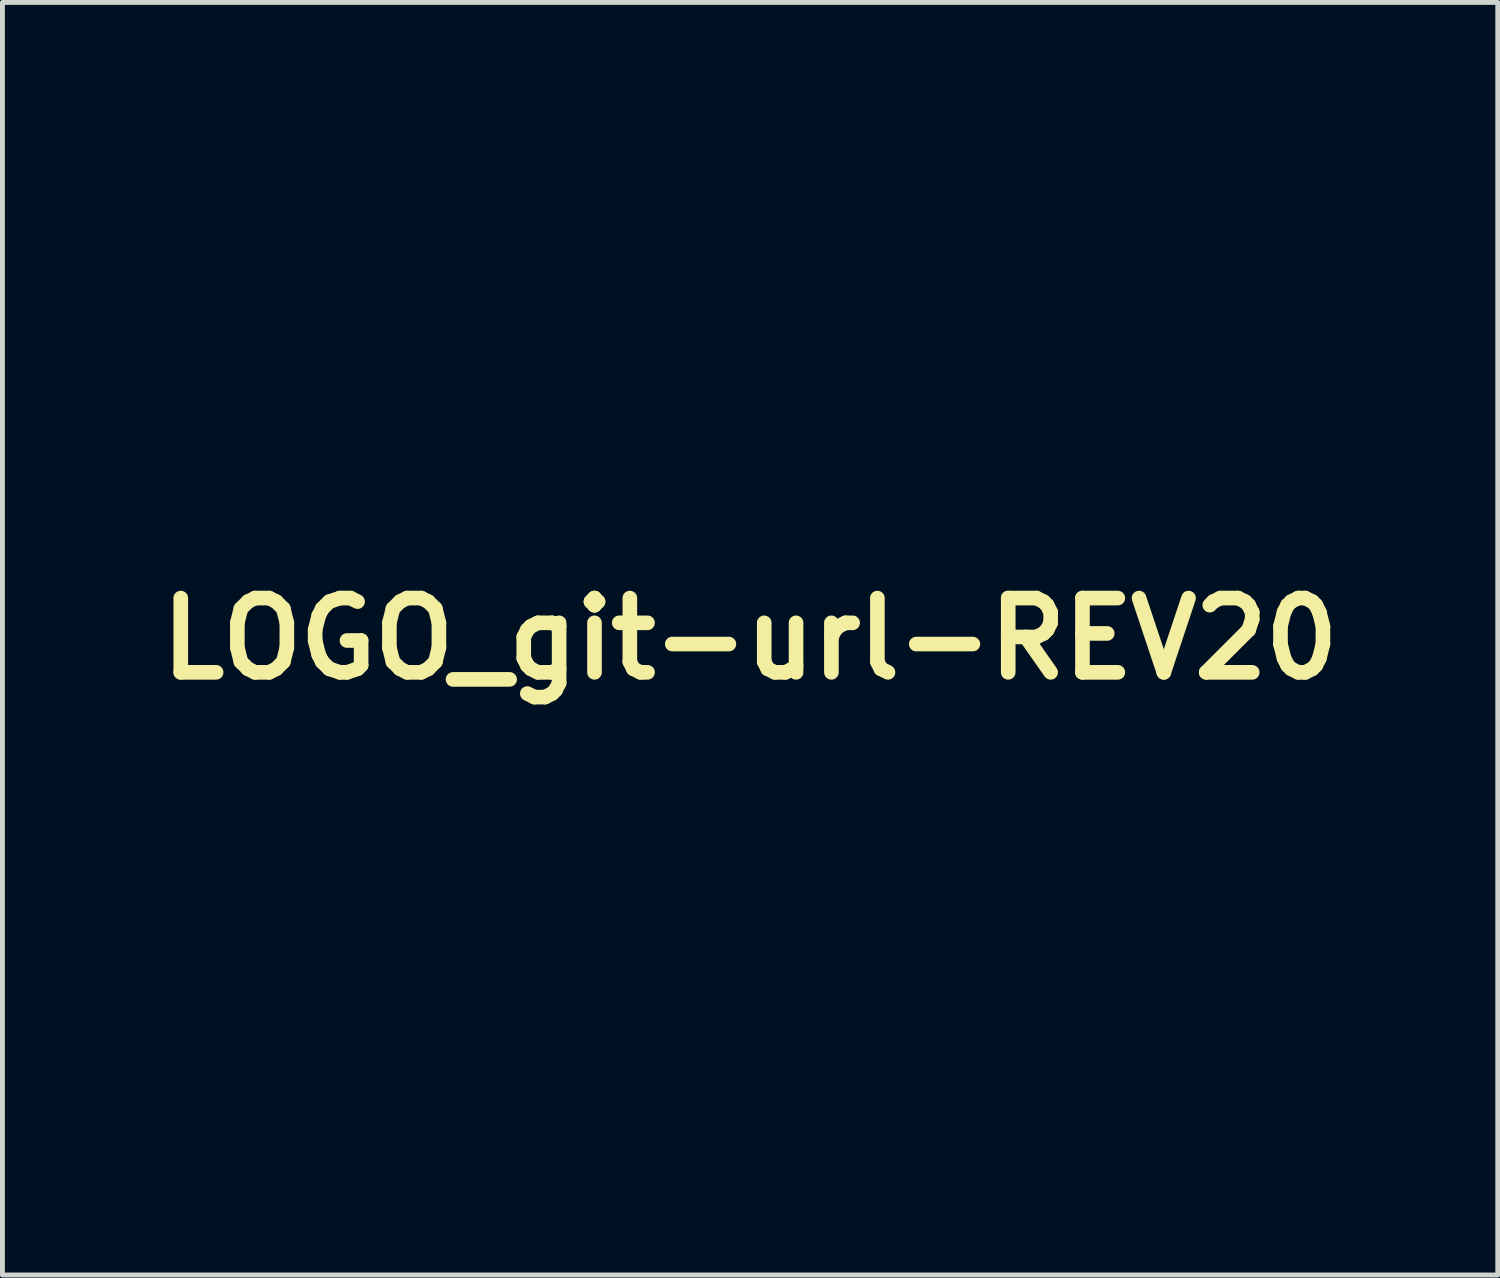
<source format=kicad_pcb>
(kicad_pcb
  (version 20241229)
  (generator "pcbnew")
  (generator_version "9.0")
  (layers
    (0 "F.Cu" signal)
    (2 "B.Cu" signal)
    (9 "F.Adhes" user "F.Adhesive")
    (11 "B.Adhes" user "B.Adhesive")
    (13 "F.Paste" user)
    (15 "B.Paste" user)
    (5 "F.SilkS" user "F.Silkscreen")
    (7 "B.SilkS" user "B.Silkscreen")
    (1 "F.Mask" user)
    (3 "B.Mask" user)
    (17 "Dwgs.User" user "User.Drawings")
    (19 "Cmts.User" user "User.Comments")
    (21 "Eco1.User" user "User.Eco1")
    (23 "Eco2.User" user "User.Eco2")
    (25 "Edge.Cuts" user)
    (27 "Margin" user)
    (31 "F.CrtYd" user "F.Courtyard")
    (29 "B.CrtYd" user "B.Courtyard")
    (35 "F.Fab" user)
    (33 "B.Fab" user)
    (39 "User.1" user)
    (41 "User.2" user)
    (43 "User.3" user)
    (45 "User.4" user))
  (footprint "LOGO_git-url-REV20"
    (layer "F.Cu")
    (at 12.344 10.059)
    (property "Reference" "LOGO_git-url-REV20" (at 0 0 0) (layer "F.SilkS") (effects (font (size 1.524 1.524) (thickness 0.3))))
    (attr board_only exclude_from_pos_files exclude_from_bom)
    (fp_poly (pts (xy -0.308 -6.4) (xy -0.917 -6.4) (xy -0.917 -7.008) (xy -0.308 -7.008)) (stroke (width 0) (type solid)) (fill yes) (layer "F.Mask"))
    (fp_poly (pts (xy 5.179 -7.629) (xy 4.573 -7.627) (xy 3.966 -7.625) (xy 3.969 -7.927) (xy 3.971 -8.229) (xy 4.271 -8.233) (xy 4.571 -8.238) (xy 4.575 -8.537) (xy 4.579 -8.838) (xy 5.179 -8.838)) (stroke (width 0) (type solid)) (fill yes) (layer "F.Mask"))
    (fp_poly (pts (xy 2.133 4.575) (xy 2.435 4.577) (xy 2.737 4.579) (xy 2.737 5.179) (xy 2.138 5.179) (xy 2.135 4.877) (xy 2.133 4.575) (xy 1.527 4.573) (xy 0.921 4.571) (xy 0.919 4.269) (xy 0.916 3.967) (xy 2.133 3.967)) (stroke (width 0) (type solid)) (fill yes) (layer "F.Mask"))
    (fp_poly (pts (xy -5.796 5.179) (xy -6.094 5.181) (xy -6.176 5.182) (xy -6.242 5.182) (xy -6.295 5.182) (xy -6.335 5.181) (xy -6.364 5.18) (xy -6.382 5.178) (xy -6.393 5.175) (xy -6.396 5.173) (xy -6.397 5.162) (xy -6.398 5.137) (xy -6.398 5.099) (xy -6.399 5.051) (xy -6.399 4.993) (xy -6.398 4.929) (xy -6.398 4.871) (xy -6.396 4.579) (xy -5.796 4.579)) (stroke (width 0) (type solid)) (fill yes) (layer "F.Mask"))
    (fp_poly (pts (xy 9.446 -4.579) (xy 9.148 -4.577) (xy 9.066 -4.576) (xy 8.999 -4.576) (xy 8.947 -4.577) (xy 8.907 -4.577) (xy 8.878 -4.579) (xy 8.859 -4.581) (xy 8.849 -4.583) (xy 8.846 -4.585) (xy 8.845 -4.596) (xy 8.844 -4.621) (xy 8.843 -4.659) (xy 8.843 -4.708) (xy 8.843 -4.765) (xy 8.843 -4.829) (xy 8.844 -4.888) (xy 8.846 -5.179) (xy 9.446 -5.179)) (stroke (width 0) (type solid)) (fill yes) (layer "F.Mask"))
    (fp_poly (pts (xy 10.056 -2.44) (xy 10.054 -2.138) (xy 9.758 -2.135) (xy 9.689 -2.135) (xy 9.626 -2.135) (xy 9.569 -2.135) (xy 9.522 -2.136) (xy 9.487 -2.137) (xy 9.464 -2.138) (xy 9.456 -2.139) (xy 9.454 -2.148) (xy 9.453 -2.172) (xy 9.452 -2.209) (xy 9.451 -2.257) (xy 9.451 -2.314) (xy 9.45 -2.378) (xy 9.45 -2.443) (xy 9.45 -2.742) (xy 10.059 -2.742)) (stroke (width 0) (type solid)) (fill yes) (layer "F.Mask"))
    (fp_poly (pts (xy 3.967 -2.742) (xy 3.667 -2.742) (xy 3.588 -2.742) (xy 3.525 -2.742) (xy 3.474 -2.742) (xy 3.436 -2.743) (xy 3.407 -2.744) (xy 3.387 -2.745) (xy 3.374 -2.748) (xy 3.366 -2.75) (xy 3.361 -2.754) (xy 3.359 -2.758) (xy 3.356 -2.771) (xy 3.354 -2.8) (xy 3.352 -2.844) (xy 3.351 -2.903) (xy 3.35 -2.975) (xy 3.35 -3.059) (xy 3.35 -3.35) (xy 3.967 -3.35)) (stroke (width 0) (type solid)) (fill yes) (layer "F.Mask"))
    (fp_poly (pts (xy 6.398 6.098) (xy 6.4 6.4) (xy 6.1 6.4) (xy 6.017 6.4) (xy 5.95 6.399) (xy 5.897 6.399) (xy 5.856 6.398) (xy 5.827 6.396) (xy 5.808 6.394) (xy 5.798 6.392) (xy 5.795 6.39) (xy 5.795 6.379) (xy 5.794 6.354) (xy 5.793 6.316) (xy 5.793 6.267) (xy 5.793 6.21) (xy 5.793 6.146) (xy 5.794 6.087) (xy 5.796 5.796) (xy 6.396 5.796)) (stroke (width 0) (type solid)) (fill yes) (layer "F.Mask"))
    (fp_poly (pts (xy -1.525 7.625) (xy -2.133 7.625) (xy -2.133 7.322) (xy -2.133 7.242) (xy -2.133 7.177) (xy -2.133 7.126) (xy -2.132 7.087) (xy -2.131 7.058) (xy -2.129 7.037) (xy -2.127 7.024) (xy -2.124 7.017) (xy -2.121 7.014) (xy -2.12 7.013) (xy -2.109 7.012) (xy -2.083 7.011) (xy -2.045 7.01) (xy -1.995 7.009) (xy -1.938 7.009) (xy -1.873 7.008) (xy -1.816 7.008) (xy -1.525 7.008)) (stroke (width 0) (type solid)) (fill yes) (layer "F.Mask"))
    (fp_poly (pts (xy 10.056 1.219) (xy 10.054 2.129) (xy 9.454 2.138) (xy 9.45 2.438) (xy 9.446 2.737) (xy 9.144 2.74) (xy 8.842 2.742) (xy 8.842 3.35) (xy 8.233 3.35) (xy 8.235 3.048) (xy 8.238 2.746) (xy 8.54 2.744) (xy 8.842 2.741) (xy 8.838 2.138) (xy 7.629 2.129) (xy 7.627 1.827) (xy 7.625 1.525) (xy 8.535 1.523) (xy 9.446 1.521) (xy 9.448 0.915) (xy 9.45 0.308) (xy 10.058 0.308)) (stroke (width 0) (type solid)) (fill yes) (layer "F.Mask"))
    (fp_poly (pts (xy 7.619 -3.348) (xy 8.229 -3.346) (xy 8.231 -3.055) (xy 8.232 -2.969) (xy 8.232 -2.899) (xy 8.231 -2.843) (xy 8.23 -2.802) (xy 8.228 -2.774) (xy 8.226 -2.757) (xy 8.224 -2.753) (xy 8.22 -2.751) (xy 8.211 -2.749) (xy 8.195 -2.747) (xy 8.172 -2.746) (xy 8.141 -2.745) (xy 8.101 -2.744) (xy 8.05 -2.743) (xy 7.988 -2.743) (xy 7.913 -2.742) (xy 7.825 -2.742) (xy 7.722 -2.742) (xy 7.611 -2.742) (xy 7.008 -2.742) (xy 7.008 -3.35)) (stroke (width 0) (type solid)) (fill yes) (layer "F.Mask"))
    (fp_poly (pts (xy -6.01 -3.966) (xy -5.943 -3.966) (xy -5.891 -3.965) (xy -5.852 -3.964) (xy -5.824 -3.962) (xy -5.808 -3.959) (xy -5.802 -3.957) (xy -5.799 -3.949) (xy -5.797 -3.932) (xy -5.795 -3.904) (xy -5.793 -3.863) (xy -5.792 -3.81) (xy -5.792 -3.743) (xy -5.792 -3.66) (xy -5.792 -3.648) (xy -5.792 -3.35) (xy -5.49 -3.348) (xy -5.188 -3.346) (xy -5.185 -3.044) (xy -5.183 -2.742) (xy -5.792 -2.742) (xy -5.792 -3.35) (xy -6.4 -3.35) (xy -6.4 -3.653) (xy -6.4 -3.733) (xy -6.4 -3.798) (xy -6.399 -3.849) (xy -6.398 -3.888) (xy -6.397 -3.917) (xy -6.396 -3.938) (xy -6.394 -3.951) (xy -6.391 -3.958) (xy -6.387 -3.961) (xy -6.387 -3.962) (xy -6.376 -3.963) (xy -6.35 -3.964) (xy -6.311 -3.965) (xy -6.262 -3.966) (xy -6.205 -3.966) (xy -6.141 -3.967) (xy -6.093 -3.967)) (stroke (width 0) (type solid)) (fill yes) (layer "F.Mask"))
    (fp_poly (pts (xy -4.575 -7.008) (xy -4.869 -7.008) (xy -4.953 -7.008) (xy -5.022 -7.009) (xy -5.077 -7.01) (xy -5.118 -7.011) (xy -5.147 -7.013) (xy -5.165 -7.015) (xy -5.173 -7.018) (xy -5.173 -7.018) (xy -5.175 -7.024) (xy -5.177 -7.039) (xy -5.179 -7.063) (xy -5.18 -7.096) (xy -5.181 -7.141) (xy -5.182 -7.198) (xy -5.182 -7.267) (xy -5.183 -7.351) (xy -5.183 -7.448) (xy -5.183 -7.561) (xy -5.183 -7.626) (xy -5.183 -7.741) (xy -5.183 -7.84) (xy -5.183 -7.925) (xy -5.183 -7.997) (xy -5.182 -8.056) (xy -5.182 -8.105) (xy -5.181 -8.143) (xy -5.18 -8.173) (xy -5.178 -8.195) (xy -5.177 -8.21) (xy -5.175 -8.22) (xy -5.173 -8.226) (xy -5.17 -8.228) (xy -5.17 -8.228) (xy -5.159 -8.229) (xy -5.133 -8.231) (xy -5.095 -8.231) (xy -5.045 -8.232) (xy -4.988 -8.233) (xy -4.923 -8.233) (xy -4.866 -8.233) (xy -4.575 -8.233)) (stroke (width 0) (type solid)) (fill yes) (layer "F.Mask"))
    (fp_poly (pts (xy 0.075 -6.4) (xy 0.14 -6.4) (xy 0.191 -6.399) (xy 0.23 -6.398) (xy 0.259 -6.397) (xy 0.279 -6.396) (xy 0.292 -6.394) (xy 0.3 -6.391) (xy 0.303 -6.387) (xy 0.303 -6.387) (xy 0.304 -6.376) (xy 0.306 -6.35) (xy 0.307 -6.311) (xy 0.307 -6.262) (xy 0.308 -6.205) (xy 0.308 -6.141) (xy 0.308 -6.093) (xy 0.308 -6.01) (xy 0.308 -5.943) (xy 0.307 -5.891) (xy 0.305 -5.852) (xy 0.303 -5.824) (xy 0.301 -5.808) (xy 0.298 -5.802) (xy 0.287 -5.799) (xy 0.262 -5.796) (xy 0.225 -5.794) (xy 0.178 -5.793) (xy 0.124 -5.792) (xy 0.065 -5.791) (xy 0.004 -5.791) (xy -0.058 -5.791) (xy -0.117 -5.792) (xy -0.172 -5.793) (xy -0.22 -5.794) (xy -0.258 -5.796) (xy -0.285 -5.799) (xy -0.298 -5.801) (xy -0.298 -5.802) (xy -0.301 -5.809) (xy -0.304 -5.827) (xy -0.305 -5.855) (xy -0.307 -5.895) (xy -0.308 -5.949) (xy -0.308 -6.017) (xy -0.308 -6.1) (xy -0.308 -6.106) (xy -0.308 -6.4) (xy -0.005 -6.4)) (stroke (width 0) (type solid)) (fill yes) (layer "F.Mask"))
    (fp_poly (pts (xy 3.967 -6.106) (xy 3.967 -6.022) (xy 3.966 -5.953) (xy 3.965 -5.898) (xy 3.964 -5.857) (xy 3.962 -5.828) (xy 3.96 -5.81) (xy 3.957 -5.802) (xy 3.957 -5.802) (xy 3.946 -5.799) (xy 3.92 -5.796) (xy 3.883 -5.794) (xy 3.836 -5.793) (xy 3.782 -5.792) (xy 3.723 -5.791) (xy 3.662 -5.791) (xy 3.601 -5.791) (xy 3.541 -5.792) (xy 3.486 -5.793) (xy 3.439 -5.794) (xy 3.4 -5.796) (xy 3.373 -5.799) (xy 3.36 -5.801) (xy 3.36 -5.802) (xy 3.357 -5.809) (xy 3.355 -5.827) (xy 3.353 -5.856) (xy 3.352 -5.897) (xy 3.351 -5.951) (xy 3.35 -6.02) (xy 3.35 -6.093) (xy 3.35 -6.16) (xy 3.351 -6.222) (xy 3.351 -6.277) (xy 3.352 -6.324) (xy 3.353 -6.359) (xy 3.354 -6.38) (xy 3.355 -6.387) (xy 3.358 -6.39) (xy 3.364 -6.393) (xy 3.376 -6.395) (xy 3.395 -6.397) (xy 3.422 -6.398) (xy 3.46 -6.399) (xy 3.509 -6.4) (xy 3.571 -6.4) (xy 3.648 -6.4) (xy 3.663 -6.4) (xy 3.967 -6.4)) (stroke (width 0) (type solid)) (fill yes) (layer "F.Mask"))
    (fp_poly (pts (xy -7.242 3.967) (xy -7.177 3.967) (xy -7.126 3.967) (xy -7.087 3.968) (xy -7.058 3.969) (xy -7.037 3.971) (xy -7.024 3.973) (xy -7.017 3.976) (xy -7.014 3.979) (xy -7.013 3.98) (xy -7.012 3.993) (xy -7.01 4.02) (xy -7.009 4.059) (xy -7.008 4.106) (xy -7.008 4.161) (xy -7.008 4.22) (xy -7.008 4.281) (xy -7.009 4.342) (xy -7.01 4.399) (xy -7.011 4.451) (xy -7.012 4.496) (xy -7.014 4.531) (xy -7.016 4.552) (xy -7.017 4.559) (xy -7.02 4.563) (xy -7.025 4.567) (xy -7.033 4.569) (xy -7.046 4.571) (xy -7.067 4.573) (xy -7.096 4.574) (xy -7.135 4.574) (xy -7.185 4.575) (xy -7.25 4.575) (xy -7.325 4.575) (xy -7.625 4.575) (xy -7.629 5.179) (xy -7.924 5.181) (xy -8.006 5.182) (xy -8.073 5.182) (xy -8.125 5.182) (xy -8.165 5.181) (xy -8.194 5.179) (xy -8.213 5.178) (xy -8.223 5.175) (xy -8.226 5.173) (xy -8.228 5.162) (xy -8.229 5.137) (xy -8.231 5.099) (xy -8.232 5.051) (xy -8.233 4.993) (xy -8.233 4.929) (xy -8.233 4.869) (xy -8.233 4.575) (xy -7.625 4.575) (xy -7.625 3.967) (xy -7.322 3.967)) (stroke (width 0) (type solid)) (fill yes) (layer "F.Mask"))
    (fp_poly (pts (xy -6.01 3.35) (xy -5.943 3.351) (xy -5.891 3.352) (xy -5.852 3.353) (xy -5.824 3.355) (xy -5.808 3.357) (xy -5.802 3.36) (xy -5.799 3.371) (xy -5.796 3.396) (xy -5.794 3.433) (xy -5.793 3.48) (xy -5.792 3.534) (xy -5.791 3.593) (xy -5.791 3.655) (xy -5.791 3.716) (xy -5.792 3.775) (xy -5.793 3.83) (xy -5.794 3.878) (xy -5.796 3.917) (xy -5.799 3.943) (xy -5.801 3.956) (xy -5.802 3.957) (xy -5.809 3.96) (xy -5.827 3.962) (xy -5.855 3.964) (xy -5.895 3.965) (xy -5.948 3.966) (xy -6.016 3.966) (xy -6.095 3.966) (xy -6.163 3.966) (xy -6.225 3.965) (xy -6.28 3.965) (xy -6.326 3.964) (xy -6.361 3.963) (xy -6.383 3.962) (xy -6.39 3.961) (xy -6.392 3.956) (xy -6.395 3.943) (xy -6.397 3.921) (xy -6.398 3.889) (xy -6.399 3.844) (xy -6.4 3.786) (xy -6.4 3.714) (xy -6.4 3.659) (xy -6.4 3.579) (xy -6.4 3.515) (xy -6.399 3.465) (xy -6.398 3.426) (xy -6.397 3.398) (xy -6.396 3.378) (xy -6.393 3.365) (xy -6.391 3.358) (xy -6.387 3.355) (xy -6.387 3.355) (xy -6.376 3.354) (xy -6.35 3.353) (xy -6.311 3.352) (xy -6.262 3.351) (xy -6.205 3.35) (xy -6.141 3.35) (xy -6.093 3.35)) (stroke (width 0) (type solid)) (fill yes) (layer "F.Mask"))
    (fp_poly (pts (xy -0.468 6.4) (xy -0.334 6.4) (xy -0.214 6.4) (xy -0.11 6.401) (xy -0.019 6.401) (xy 0.059 6.402) (xy 0.124 6.402) (xy 0.178 6.403) (xy 0.221 6.404) (xy 0.254 6.405) (xy 0.277 6.407) (xy 0.292 6.408) (xy 0.298 6.41) (xy 0.298 6.41) (xy 0.3 6.415) (xy 0.301 6.429) (xy 0.303 6.451) (xy 0.304 6.482) (xy 0.305 6.524) (xy 0.306 6.576) (xy 0.306 6.64) (xy 0.307 6.716) (xy 0.308 6.805) (xy 0.308 6.908) (xy 0.308 7.025) (xy 0.308 7.157) (xy 0.308 7.306) (xy 0.308 7.327) (xy 0.308 8.233) (xy -0.302 8.235) (xy -0.912 8.238) (xy -0.915 8.54) (xy -0.917 8.842) (xy -1.525 8.842) (xy -1.525 7.625) (xy -0.93 7.625) (xy -0.831 7.625) (xy -0.738 7.625) (xy -0.65 7.624) (xy -0.57 7.624) (xy -0.499 7.623) (xy -0.438 7.623) (xy -0.388 7.622) (xy -0.351 7.621) (xy -0.328 7.621) (xy -0.322 7.62) (xy -0.318 7.617) (xy -0.315 7.61) (xy -0.313 7.599) (xy -0.311 7.58) (xy -0.31 7.552) (xy -0.309 7.514) (xy -0.309 7.465) (xy -0.308 7.402) (xy -0.308 7.325) (xy -0.308 7.317) (xy -0.308 7.238) (xy -0.309 7.174) (xy -0.309 7.123) (xy -0.31 7.084) (xy -0.311 7.056) (xy -0.313 7.036) (xy -0.315 7.024) (xy -0.318 7.017) (xy -0.321 7.014) (xy -0.322 7.013) (xy -0.332 7.013) (xy -0.357 7.012) (xy -0.397 7.011) (xy -0.449 7.01) (xy -0.513 7.01) (xy -0.586 7.009) (xy -0.668 7.009) (xy -0.757 7.009) (xy -0.851 7.008) (xy -0.93 7.008) (xy -1.525 7.008) (xy -1.525 6.4) (xy -0.618 6.4)) (stroke (width 0) (type solid)) (fill yes) (layer "F.Mask"))
    (fp_poly (pts (xy 9.547 -3.967) (xy 9.64 -3.966) (xy 9.726 -3.966) (xy 9.805 -3.966) (xy 9.875 -3.965) (xy 9.935 -3.964) (xy 9.983 -3.964) (xy 10.019 -3.963) (xy 10.04 -3.962) (xy 10.045 -3.962) (xy 10.049 -3.959) (xy 10.051 -3.952) (xy 10.054 -3.94) (xy 10.055 -3.921) (xy 10.057 -3.894) (xy 10.057 -3.856) (xy 10.058 -3.807) (xy 10.058 -3.744) (xy 10.058 -3.667) (xy 10.058 -3.657) (xy 10.058 -3.589) (xy 10.058 -3.525) (xy 10.058 -3.469) (xy 10.058 -3.423) (xy 10.057 -3.387) (xy 10.057 -3.364) (xy 10.056 -3.357) (xy 10.048 -3.356) (xy 10.024 -3.355) (xy 9.988 -3.354) (xy 9.941 -3.353) (xy 9.885 -3.352) (xy 9.821 -3.351) (xy 9.754 -3.35) (xy 9.454 -3.346) (xy 9.452 -3.044) (xy 9.45 -2.742) (xy 9.159 -2.742) (xy 9.091 -2.742) (xy 9.027 -2.742) (xy 8.971 -2.743) (xy 8.923 -2.744) (xy 8.887 -2.745) (xy 8.863 -2.746) (xy 8.855 -2.747) (xy 8.852 -2.749) (xy 8.85 -2.754) (xy 8.848 -2.764) (xy 8.847 -2.779) (xy 8.845 -2.8) (xy 8.844 -2.829) (xy 8.843 -2.866) (xy 8.843 -2.913) (xy 8.842 -2.972) (xy 8.842 -3.042) (xy 8.842 -3.125) (xy 8.842 -3.223) (xy 8.842 -3.336) (xy 8.842 -3.354) (xy 8.842 -3.47) (xy 8.842 -3.569) (xy 8.842 -3.655) (xy 8.842 -3.727) (xy 8.843 -3.787) (xy 8.843 -3.836) (xy 8.844 -3.875) (xy 8.845 -3.905) (xy 8.846 -3.927) (xy 8.848 -3.943) (xy 8.85 -3.953) (xy 8.852 -3.959) (xy 8.854 -3.961) (xy 8.855 -3.962) (xy 8.865 -3.962) (xy 8.891 -3.963) (xy 8.93 -3.964) (xy 8.982 -3.965) (xy 9.046 -3.965) (xy 9.119 -3.966) (xy 9.2 -3.966) (xy 9.289 -3.966) (xy 9.383 -3.967) (xy 9.45 -3.967)) (stroke (width 0) (type solid)) (fill yes) (layer "F.Mask"))
    (fp_poly (pts (xy 9.744 7.008) (xy 9.812 7.009) (xy 9.876 7.009) (xy 9.932 7.01) (xy 9.98 7.011) (xy 10.016 7.012) (xy 10.04 7.014) (xy 10.048 7.015) (xy 10.049 7.019) (xy 10.051 7.029) (xy 10.052 7.047) (xy 10.053 7.072) (xy 10.054 7.106) (xy 10.055 7.148) (xy 10.055 7.201) (xy 10.056 7.264) (xy 10.056 7.338) (xy 10.057 7.424) (xy 10.057 7.522) (xy 10.057 7.634) (xy 10.057 7.759) (xy 10.057 7.899) (xy 10.057 8.055) (xy 10.056 8.226) (xy 10.056 8.234) (xy 10.054 9.446) (xy 9.144 9.448) (xy 8.234 9.45) (xy 8.231 9.752) (xy 8.229 10.054) (xy 7.626 10.056) (xy 7.506 10.057) (xy 7.402 10.057) (xy 7.313 10.057) (xy 7.238 10.057) (xy 7.176 10.056) (xy 7.125 10.056) (xy 7.085 10.055) (xy 7.055 10.054) (xy 7.035 10.052) (xy 7.022 10.05) (xy 7.016 10.048) (xy 7.015 10.048) (xy 7.013 10.037) (xy 7.012 10.011) (xy 7.01 9.973) (xy 7.009 9.926) (xy 7.009 9.872) (xy 7.008 9.814) (xy 7.008 9.753) (xy 7.009 9.692) (xy 7.01 9.634) (xy 7.01 9.581) (xy 7.012 9.535) (xy 7.013 9.499) (xy 7.015 9.475) (xy 7.017 9.466) (xy 7.019 9.463) (xy 7.022 9.46) (xy 7.028 9.458) (xy 7.038 9.456) (xy 7.052 9.455) (xy 7.073 9.453) (xy 7.1 9.452) (xy 7.135 9.452) (xy 7.18 9.451) (xy 7.236 9.451) (xy 7.303 9.45) (xy 7.383 9.45) (xy 7.477 9.45) (xy 7.586 9.45) (xy 7.629 9.45) (xy 8.233 9.45) (xy 8.235 9.148) (xy 8.238 8.846) (xy 8.537 8.842) (xy 8.838 8.838) (xy 8.84 8.535) (xy 8.842 8.233) (xy 8.842 8.234) (xy 9.144 8.231) (xy 9.446 8.229) (xy 9.448 7.619) (xy 9.45 7.008)) (stroke (width 0) (type solid)) (fill yes) (layer "F.Mask"))
    (fp_poly (pts (xy -2.135 -4.271) (xy -2.135 -4.123) (xy -2.135 -3.99) (xy -2.134 -3.872) (xy -2.134 -3.769) (xy -2.133 -3.68) (xy -2.132 -3.603) (xy -2.131 -3.538) (xy -2.131 -3.485) (xy -2.129 -3.442) (xy -2.128 -3.408) (xy -2.127 -3.384) (xy -2.126 -3.368) (xy -2.124 -3.359) (xy -2.123 -3.357) (xy -2.112 -3.355) (xy -2.087 -3.354) (xy -2.049 -3.353) (xy -2.001 -3.352) (xy -1.943 -3.351) (xy -1.879 -3.35) (xy -1.819 -3.35) (xy -1.525 -3.35) (xy -1.525 -2.742) (xy -2.432 -2.742) (xy -2.554 -2.742) (xy -2.67 -2.742) (xy -2.781 -2.742) (xy -2.886 -2.742) (xy -2.982 -2.743) (xy -3.069 -2.743) (xy -3.147 -2.744) (xy -3.213 -2.744) (xy -3.267 -2.745) (xy -3.307 -2.746) (xy -3.334 -2.746) (xy -3.344 -2.747) (xy -3.344 -2.747) (xy -3.346 -2.757) (xy -3.347 -2.781) (xy -3.348 -2.818) (xy -3.349 -2.865) (xy -3.349 -2.922) (xy -3.35 -2.986) (xy -3.35 -3.051) (xy -3.35 -3.35) (xy -3.062 -3.35) (xy -2.977 -3.35) (xy -2.905 -3.351) (xy -2.846 -3.352) (xy -2.801 -3.354) (xy -2.772 -3.356) (xy -2.758 -3.359) (xy -2.758 -3.359) (xy -2.753 -3.362) (xy -2.75 -3.366) (xy -2.747 -3.375) (xy -2.745 -3.389) (xy -2.744 -3.409) (xy -2.743 -3.439) (xy -2.742 -3.478) (xy -2.742 -3.53) (xy -2.742 -3.595) (xy -2.742 -3.657) (xy -2.742 -3.741) (xy -2.742 -3.809) (xy -2.743 -3.863) (xy -2.745 -3.903) (xy -2.746 -3.931) (xy -2.749 -3.949) (xy -2.752 -3.957) (xy -2.752 -3.957) (xy -2.759 -3.96) (xy -2.777 -3.962) (xy -2.805 -3.964) (xy -2.845 -3.965) (xy -2.899 -3.966) (xy -2.967 -3.966) (xy -3.05 -3.967) (xy -3.056 -3.967) (xy -3.35 -3.967) (xy -3.348 -4.269) (xy -3.346 -4.571) (xy -3.046 -4.575) (xy -2.746 -4.579) (xy -2.737 -5.179) (xy -2.138 -5.179)) (stroke (width 0) (type solid)) (fill yes) (layer "F.Mask"))
    (fp_poly (pts (xy -7.771 -5.182) (xy -7.662 -5.182) (xy -7.546 -5.182) (xy -7.422 -5.182) (xy -7.291 -5.182) (xy -7.155 -5.182) (xy -7.014 -5.181) (xy -7.01 -5.181) (xy -5.796 -5.179) (xy -5.796 -4.579) (xy -6.4 -4.575) (xy -7.004 -4.571) (xy -7.006 -3.96) (xy -7.008 -3.35) (xy -8.233 -3.35) (xy -8.238 -2.746) (xy -9.446 -2.746) (xy -9.45 -3.35) (xy -9.744 -3.35) (xy -9.812 -3.35) (xy -9.876 -3.351) (xy -9.932 -3.352) (xy -9.98 -3.353) (xy -10.016 -3.354) (xy -10.04 -3.356) (xy -10.048 -3.357) (xy -10.05 -3.361) (xy -10.052 -3.373) (xy -10.053 -3.392) (xy -10.054 -3.419) (xy -10.055 -3.457) (xy -10.056 -3.505) (xy -10.057 -3.565) (xy -10.057 -3.637) (xy -10.057 -3.723) (xy -10.057 -3.823) (xy -10.056 -3.939) (xy -10.056 -3.967) (xy -10.054 -4.571) (xy -9.752 -4.573) (xy -9.479 -4.575) (xy -9.45 -4.575) (xy -9.45 -3.35) (xy -8.233 -3.35) (xy -8.233 -3.654) (xy -8.233 -3.724) (xy -8.234 -3.788) (xy -8.234 -3.844) (xy -8.234 -3.892) (xy -8.234 -3.928) (xy -8.235 -3.951) (xy -8.235 -3.96) (xy -8.235 -3.96) (xy -8.244 -3.961) (xy -8.267 -3.961) (xy -8.303 -3.962) (xy -8.351 -3.963) (xy -8.407 -3.964) (xy -8.471 -3.965) (xy -8.537 -3.966) (xy -8.838 -3.971) (xy -8.84 -4.273) (xy -8.842 -4.575) (xy -9.45 -4.575) (xy -9.479 -4.575) (xy -9.45 -4.575) (xy -9.448 -4.877) (xy -9.446 -5.179) (xy -8.846 -5.179) (xy -8.844 -4.877) (xy -8.841 -4.575) (xy -8.539 -4.577) (xy -8.238 -4.579) (xy -8.233 -4.879) (xy -8.232 -4.948) (xy -8.231 -5.012) (xy -8.23 -5.068) (xy -8.229 -5.115) (xy -8.228 -5.15) (xy -8.227 -5.173) (xy -8.227 -5.181) (xy -8.218 -5.182) (xy -8.194 -5.182) (xy -8.155 -5.182) (xy -8.103 -5.182) (xy -8.037 -5.182) (xy -7.959 -5.182) (xy -7.87 -5.182)) (stroke (width 0) (type solid)) (fill yes) (layer "F.Mask"))
    (fp_poly (pts (xy -7.413 -8.84) (xy -7.32 -8.84) (xy -7.24 -8.839) (xy -7.174 -8.839) (xy -7.12 -8.838) (xy -7.079 -8.837) (xy -7.049 -8.836) (xy -7.029 -8.834) (xy -7.02 -8.833) (xy -7.02 -8.832) (xy -7.018 -8.829) (xy -7.016 -8.82) (xy -7.015 -8.805) (xy -7.013 -8.784) (xy -7.012 -8.755) (xy -7.011 -8.718) (xy -7.011 -8.672) (xy -7.01 -8.615) (xy -7.009 -8.547) (xy -7.009 -8.468) (xy -7.009 -8.376) (xy -7.009 -8.27) (xy -7.008 -8.15) (xy -7.008 -8.014) (xy -7.008 -7.929) (xy -7.008 -7.786) (xy -7.008 -7.66) (xy -7.009 -7.548) (xy -7.009 -7.45) (xy -7.009 -7.365) (xy -7.009 -7.292) (xy -7.01 -7.23) (xy -7.01 -7.178) (xy -7.011 -7.136) (xy -7.012 -7.102) (xy -7.013 -7.075) (xy -7.014 -7.055) (xy -7.016 -7.04) (xy -7.018 -7.031) (xy -7.019 -7.025) (xy -7.021 -7.021) (xy -7.025 -7.019) (xy -7.031 -7.017) (xy -7.041 -7.016) (xy -7.056 -7.014) (xy -7.076 -7.013) (xy -7.103 -7.012) (xy -7.137 -7.011) (xy -7.18 -7.01) (xy -7.232 -7.01) (xy -7.294 -7.009) (xy -7.367 -7.009) (xy -7.453 -7.009) (xy -7.551 -7.009) (xy -7.664 -7.008) (xy -7.791 -7.008) (xy -7.929 -7.008) (xy -8.073 -7.008) (xy -8.202 -7.008) (xy -8.316 -7.009) (xy -8.416 -7.009) (xy -8.503 -7.009) (xy -8.577 -7.01) (xy -8.64 -7.01) (xy -8.692 -7.011) (xy -8.735 -7.012) (xy -8.768 -7.013) (xy -8.794 -7.014) (xy -8.812 -7.015) (xy -8.824 -7.017) (xy -8.831 -7.019) (xy -8.832 -7.02) (xy -8.834 -7.027) (xy -8.835 -7.044) (xy -8.837 -7.071) (xy -8.838 -7.11) (xy -8.838 -7.161) (xy -8.839 -7.225) (xy -8.84 -7.301) (xy -8.84 -7.391) (xy -8.84 -7.495) (xy -8.84 -7.614) (xy -8.84 -7.749) (xy -8.84 -7.899) (xy -8.84 -7.934) (xy -8.838 -8.838) (xy -7.934 -8.84) (xy -7.78 -8.84) (xy -7.642 -8.84) (xy -7.52 -8.84)) (stroke (width 0) (type solid)) (fill yes) (layer "F.Mask"))
    (fp_poly (pts (xy 7.749 -8.84) (xy 7.899 -8.84) (xy 7.934 -8.84) (xy 8.838 -8.838) (xy 8.84 -7.934) (xy 8.84 -7.78) (xy 8.84 -7.642) (xy 8.84 -7.52) (xy 8.84 -7.413) (xy 8.84 -7.32) (xy 8.839 -7.24) (xy 8.839 -7.174) (xy 8.838 -7.12) (xy 8.837 -7.079) (xy 8.836 -7.049) (xy 8.834 -7.029) (xy 8.833 -7.02) (xy 8.832 -7.02) (xy 8.829 -7.018) (xy 8.82 -7.016) (xy 8.805 -7.015) (xy 8.784 -7.013) (xy 8.755 -7.012) (xy 8.718 -7.011) (xy 8.672 -7.011) (xy 8.615 -7.01) (xy 8.547 -7.009) (xy 8.468 -7.009) (xy 8.376 -7.009) (xy 8.27 -7.009) (xy 8.15 -7.008) (xy 8.014 -7.008) (xy 7.929 -7.008) (xy 7.786 -7.008) (xy 7.66 -7.008) (xy 7.548 -7.009) (xy 7.45 -7.009) (xy 7.365 -7.009) (xy 7.292 -7.009) (xy 7.23 -7.01) (xy 7.178 -7.01) (xy 7.136 -7.011) (xy 7.102 -7.012) (xy 7.075 -7.013) (xy 7.055 -7.014) (xy 7.04 -7.016) (xy 7.031 -7.018) (xy 7.025 -7.019) (xy 7.021 -7.021) (xy 7.019 -7.025) (xy 7.017 -7.031) (xy 7.016 -7.041) (xy 7.014 -7.056) (xy 7.013 -7.076) (xy 7.012 -7.103) (xy 7.011 -7.137) (xy 7.01 -7.18) (xy 7.01 -7.232) (xy 7.009 -7.294) (xy 7.009 -7.367) (xy 7.009 -7.453) (xy 7.009 -7.551) (xy 7.008 -7.664) (xy 7.008 -7.791) (xy 7.008 -7.929) (xy 7.008 -8.073) (xy 7.008 -8.202) (xy 7.009 -8.316) (xy 7.009 -8.416) (xy 7.009 -8.503) (xy 7.01 -8.577) (xy 7.01 -8.64) (xy 7.011 -8.692) (xy 7.012 -8.735) (xy 7.013 -8.768) (xy 7.014 -8.794) (xy 7.015 -8.812) (xy 7.017 -8.824) (xy 7.019 -8.831) (xy 7.02 -8.832) (xy 7.027 -8.834) (xy 7.044 -8.835) (xy 7.071 -8.837) (xy 7.11 -8.838) (xy 7.161 -8.838) (xy 7.225 -8.839) (xy 7.301 -8.84) (xy 7.391 -8.84) (xy 7.495 -8.84) (xy 7.614 -8.84)) (stroke (width 0) (type solid)) (fill yes) (layer "F.Mask"))
    (fp_poly (pts (xy 2.742 -2.752) (xy 2.742 -2.63) (xy 2.742 -2.525) (xy 2.742 -2.434) (xy 2.743 -2.358) (xy 2.744 -2.295) (xy 2.745 -2.244) (xy 2.746 -2.204) (xy 2.747 -2.175) (xy 2.749 -2.156) (xy 2.751 -2.146) (xy 2.752 -2.143) (xy 2.762 -2.141) (xy 2.787 -2.14) (xy 2.826 -2.138) (xy 2.876 -2.137) (xy 2.937 -2.135) (xy 3.006 -2.134) (xy 3.082 -2.134) (xy 3.163 -2.133) (xy 3.248 -2.133) (xy 3.335 -2.132) (xy 3.422 -2.133) (xy 3.508 -2.133) (xy 3.591 -2.133) (xy 3.669 -2.134) (xy 3.742 -2.135) (xy 3.806 -2.136) (xy 3.861 -2.137) (xy 3.905 -2.139) (xy 3.937 -2.14) (xy 3.954 -2.142) (xy 3.957 -2.143) (xy 3.96 -2.151) (xy 3.962 -2.168) (xy 3.964 -2.197) (xy 3.965 -2.237) (xy 3.966 -2.29) (xy 3.966 -2.358) (xy 3.967 -2.442) (xy 3.967 -2.742) (xy 5.179 -2.737) (xy 5.181 -2.436) (xy 5.184 -2.134) (xy 4.881 -2.131) (xy 4.579 -2.129) (xy 4.577 -1.827) (xy 4.575 -1.525) (xy 4.575 -1.525) (xy 3.971 -1.521) (xy 3.969 -0.617) (xy 3.968 -0.474) (xy 3.968 -0.347) (xy 3.968 -0.235) (xy 3.967 -0.137) (xy 3.967 -0.051) (xy 3.966 0.022) (xy 3.966 0.084) (xy 3.965 0.136) (xy 3.964 0.179) (xy 3.963 0.213) (xy 3.962 0.24) (xy 3.961 0.261) (xy 3.96 0.276) (xy 3.958 0.286) (xy 3.956 0.293) (xy 3.954 0.296) (xy 3.953 0.298) (xy 3.941 0.301) (xy 3.915 0.303) (xy 3.877 0.305) (xy 3.83 0.306) (xy 3.776 0.307) (xy 3.717 0.308) (xy 3.655 0.309) (xy 3.594 0.309) (xy 3.536 0.308) (xy 3.482 0.307) (xy 3.436 0.306) (xy 3.4 0.304) (xy 3.376 0.302) (xy 3.367 0.3) (xy 3.364 0.297) (xy 3.362 0.29) (xy 3.36 0.278) (xy 3.359 0.26) (xy 3.357 0.235) (xy 3.356 0.201) (xy 3.355 0.158) (xy 3.354 0.105) (xy 3.353 0.04) (xy 3.352 -0.037) (xy 3.351 -0.129) (xy 3.351 -0.235) (xy 3.35 -0.31) (xy 3.346 -0.912) (xy 3.044 -0.915) (xy 2.742 -0.917) (xy 2.74 -1.219) (xy 2.737 -1.521) (xy 2.438 -1.525) (xy 2.138 -1.529) (xy 2.133 -2.133) (xy 2.129 -2.737) (xy 0.917 -2.742) (xy 0.917 -3.35) (xy 2.742 -3.35)) (stroke (width 0) (type solid)) (fill yes) (layer "F.Mask"))
    (fp_poly (pts (xy -7.786 7.008) (xy -7.659 7.008) (xy -7.547 7.009) (xy -7.449 7.009) (xy -7.364 7.009) (xy -7.291 7.009) (xy -7.229 7.01) (xy -7.178 7.01) (xy -7.135 7.011) (xy -7.101 7.012) (xy -7.075 7.013) (xy -7.055 7.014) (xy -7.04 7.016) (xy -7.031 7.018) (xy -7.025 7.019) (xy -7.021 7.021) (xy -7.019 7.025) (xy -7.017 7.031) (xy -7.016 7.041) (xy -7.014 7.056) (xy -7.013 7.076) (xy -7.012 7.103) (xy -7.011 7.137) (xy -7.01 7.18) (xy -7.01 7.232) (xy -7.009 7.294) (xy -7.009 7.367) (xy -7.009 7.453) (xy -7.009 7.551) (xy -7.008 7.664) (xy -7.008 7.791) (xy -7.008 7.928) (xy -7.008 8.077) (xy -7.009 8.211) (xy -7.009 8.329) (xy -7.009 8.432) (xy -7.01 8.522) (xy -7.01 8.599) (xy -7.011 8.663) (xy -7.012 8.716) (xy -7.013 8.758) (xy -7.014 8.79) (xy -7.015 8.812) (xy -7.017 8.826) (xy -7.018 8.832) (xy -7.018 8.832) (xy -7.024 8.833) (xy -7.037 8.835) (xy -7.059 8.836) (xy -7.091 8.837) (xy -7.132 8.838) (xy -7.185 8.839) (xy -7.249 8.84) (xy -7.325 8.84) (xy -7.414 8.841) (xy -7.517 8.841) (xy -7.634 8.841) (xy -7.767 8.842) (xy -7.915 8.842) (xy -7.929 8.842) (xy -8.051 8.842) (xy -8.167 8.841) (xy -8.278 8.841) (xy -8.382 8.841) (xy -8.478 8.841) (xy -8.564 8.84) (xy -8.641 8.84) (xy -8.707 8.839) (xy -8.76 8.838) (xy -8.8 8.838) (xy -8.826 8.837) (xy -8.836 8.836) (xy -8.836 8.836) (xy -8.837 8.827) (xy -8.838 8.803) (xy -8.838 8.764) (xy -8.839 8.711) (xy -8.839 8.647) (xy -8.84 8.57) (xy -8.84 8.484) (xy -8.841 8.389) (xy -8.841 8.286) (xy -8.841 8.175) (xy -8.842 8.059) (xy -8.842 7.939) (xy -8.842 7.929) (xy -8.842 7.78) (xy -8.841 7.646) (xy -8.841 7.527) (xy -8.841 7.423) (xy -8.84 7.332) (xy -8.84 7.255) (xy -8.839 7.19) (xy -8.838 7.137) (xy -8.837 7.094) (xy -8.836 7.062) (xy -8.835 7.039) (xy -8.833 7.025) (xy -8.832 7.019) (xy -8.832 7.018) (xy -8.826 7.017) (xy -8.813 7.015) (xy -8.791 7.014) (xy -8.759 7.013) (xy -8.718 7.012) (xy -8.665 7.011) (xy -8.601 7.01) (xy -8.525 7.01) (xy -8.435 7.009) (xy -8.332 7.009) (xy -8.215 7.009) (xy -8.082 7.008) (xy -7.933 7.008) (xy -7.928 7.008)) (stroke (width 0) (type solid)) (fill yes) (layer "F.Mask"))
    (fp_poly (pts (xy 3.737 8.233) (xy 3.801 8.234) (xy 3.852 8.234) (xy 3.891 8.235) (xy 3.919 8.236) (xy 3.939 8.238) (xy 3.951 8.24) (xy 3.958 8.243) (xy 3.961 8.246) (xy 3.962 8.247) (xy 3.963 8.258) (xy 3.964 8.284) (xy 3.965 8.322) (xy 3.966 8.371) (xy 3.966 8.429) (xy 3.967 8.493) (xy 3.967 8.551) (xy 3.967 8.841) (xy 4.269 8.844) (xy 4.571 8.846) (xy 4.575 9.146) (xy 4.579 9.446) (xy 5.183 9.45) (xy 5.185 8.844) (xy 5.188 8.238) (xy 5.787 8.238) (xy 5.792 8.537) (xy 5.796 8.838) (xy 6.096 8.842) (xy 6.396 8.846) (xy 6.396 9.446) (xy 5.79 9.448) (xy 5.184 9.45) (xy 5.181 9.752) (xy 5.179 10.054) (xy 4.27 10.056) (xy 4.126 10.057) (xy 3.998 10.057) (xy 3.886 10.057) (xy 3.787 10.057) (xy 3.701 10.057) (xy 3.627 10.057) (xy 3.564 10.056) (xy 3.512 10.056) (xy 3.469 10.055) (xy 3.435 10.055) (xy 3.408 10.054) (xy 3.388 10.053) (xy 3.373 10.051) (xy 3.364 10.05) (xy 3.358 10.048) (xy 3.355 10.046) (xy 3.355 10.045) (xy 3.354 10.034) (xy 3.353 10.008) (xy 3.352 9.97) (xy 3.351 9.921) (xy 3.35 9.863) (xy 3.35 9.799) (xy 3.35 9.751) (xy 3.35 9.669) (xy 3.351 9.602) (xy 3.352 9.549) (xy 3.353 9.51) (xy 3.355 9.483) (xy 3.357 9.466) (xy 3.36 9.46) (xy 3.368 9.457) (xy 3.385 9.455) (xy 3.413 9.453) (xy 3.454 9.452) (xy 3.507 9.451) (xy 3.575 9.45) (xy 3.659 9.45) (xy 3.663 9.45) (xy 3.742 9.45) (xy 3.805 9.45) (xy 3.855 9.449) (xy 3.893 9.448) (xy 3.921 9.447) (xy 3.94 9.445) (xy 3.952 9.443) (xy 3.959 9.44) (xy 3.962 9.437) (xy 3.962 9.437) (xy 3.963 9.426) (xy 3.964 9.4) (xy 3.965 9.361) (xy 3.966 9.312) (xy 3.966 9.254) (xy 3.967 9.19) (xy 3.967 9.133) (xy 3.967 8.842) (xy 3.668 8.842) (xy 3.583 8.842) (xy 3.514 8.841) (xy 3.459 8.84) (xy 3.417 8.839) (xy 3.388 8.837) (xy 3.369 8.835) (xy 3.36 8.832) (xy 3.36 8.832) (xy 3.357 8.824) (xy 3.355 8.806) (xy 3.353 8.778) (xy 3.352 8.737) (xy 3.351 8.682) (xy 3.35 8.614) (xy 3.35 8.541) (xy 3.35 8.473) (xy 3.351 8.411) (xy 3.351 8.356) (xy 3.352 8.31) (xy 3.353 8.275) (xy 3.354 8.253) (xy 3.355 8.247) (xy 3.358 8.243) (xy 3.365 8.24) (xy 3.376 8.238) (xy 3.395 8.236) (xy 3.423 8.235) (xy 3.461 8.234) (xy 3.51 8.234) (xy 3.573 8.233) (xy 3.65 8.233) (xy 3.658 8.233)) (stroke (width 0) (type solid)) (fill yes) (layer "F.Mask"))
    (fp_poly (pts (xy 2.133 6.4) (xy 2.138 7.004) (xy 2.438 7.009) (xy 2.506 7.01) (xy 2.57 7.011) (xy 2.626 7.012) (xy 2.673 7.013) (xy 2.709 7.014) (xy 2.732 7.014) (xy 2.74 7.015) (xy 2.74 7.023) (xy 2.741 7.047) (xy 2.741 7.083) (xy 2.741 7.13) (xy 2.741 7.186) (xy 2.742 7.25) (xy 2.742 7.317) (xy 2.742 7.386) (xy 2.741 7.449) (xy 2.741 7.505) (xy 2.741 7.552) (xy 2.74 7.588) (xy 2.74 7.611) (xy 2.74 7.618) (xy 2.731 7.619) (xy 2.708 7.62) (xy 2.672 7.621) (xy 2.624 7.622) (xy 2.568 7.623) (xy 2.504 7.624) (xy 2.438 7.625) (xy 2.138 7.629) (xy 2.129 8.229) (xy 1.827 8.231) (xy 1.525 8.234) (xy 1.525 9.45) (xy 2.129 9.454) (xy 2.129 10.054) (xy 1.529 10.054) (xy 1.525 9.45) (xy 0.917 9.45) (xy 0.912 10.054) (xy 0.61 10.056) (xy 0.308 10.059) (xy 0.308 9.45) (xy 0.01 9.45) (xy -0.075 9.45) (xy -0.144 9.451) (xy -0.199 9.452) (xy -0.241 9.453) (xy -0.271 9.455) (xy -0.289 9.457) (xy -0.298 9.46) (xy -0.298 9.46) (xy -0.301 9.468) (xy -0.304 9.485) (xy -0.305 9.513) (xy -0.307 9.554) (xy -0.308 9.607) (xy -0.308 9.675) (xy -0.308 9.758) (xy -0.308 9.764) (xy -0.308 10.058) (xy -2.742 10.058) (xy -2.74 9.756) (xy -2.737 9.454) (xy -2.438 9.45) (xy -2.138 9.446) (xy -2.135 9.144) (xy -2.133 8.842) (xy -2.737 8.838) (xy -2.746 8.238) (xy -3.048 8.235) (xy -3.35 8.233) (xy -3.35 7.625) (xy -2.133 7.625) (xy -2.133 8.842) (xy -1.525 8.842) (xy -1.525 9.14) (xy -1.525 9.209) (xy -1.524 9.273) (xy -1.524 9.329) (xy -1.523 9.377) (xy -1.522 9.413) (xy -1.521 9.436) (xy -1.519 9.445) (xy -1.51 9.446) (xy -1.486 9.447) (xy -1.449 9.448) (xy -1.401 9.448) (xy -1.344 9.448) (xy -1.28 9.448) (xy -1.217 9.448) (xy -0.921 9.446) (xy -0.919 9.144) (xy -0.916 8.842) (xy 0.308 8.842) (xy 0.308 9.45) (xy 0.917 9.45) (xy 0.917 9.159) (xy 0.917 9.091) (xy 0.916 9.027) (xy 0.915 8.971) (xy 0.915 8.923) (xy 0.914 8.887) (xy 0.913 8.863) (xy 0.912 8.855) (xy 0.909 8.851) (xy 0.902 8.849) (xy 0.89 8.846) (xy 0.871 8.845) (xy 0.844 8.843) (xy 0.806 8.843) (xy 0.757 8.842) (xy 0.694 8.842) (xy 0.617 8.842) (xy 0.607 8.842) (xy 0.308 8.842) (xy 0.308 8.233) (xy 1.525 8.233) (xy 1.523 7.931) (xy 1.521 7.629) (xy 1.221 7.625) (xy 1.152 7.624) (xy 1.088 7.623) (xy 1.032 7.622) (xy 0.985 7.621) (xy 0.95 7.62) (xy 0.927 7.619) (xy 0.919 7.618) (xy 0.918 7.61) (xy 0.918 7.586) (xy 0.918 7.548) (xy 0.918 7.496) (xy 0.918 7.431) (xy 0.918 7.356) (xy 0.918 7.27) (xy 0.918 7.175) (xy 0.918 7.071) (xy 0.918 6.961) (xy 0.918 6.845) (xy 0.919 6.724) (xy 0.919 6.706) (xy 0.921 5.796) (xy 2.129 5.796)) (stroke (width 0) (type solid)) (fill yes) (layer "F.Mask"))
    (fp_poly (pts (xy -7.927 -10.056) (xy -5.796 -10.054) (xy -5.796 -5.796) (xy -7.922 -5.794) (xy -8.109 -5.794) (xy -8.291 -5.793) (xy -8.469 -5.793) (xy -8.641 -5.793) (xy -8.806 -5.793) (xy -8.965 -5.793) (xy -9.115 -5.794) (xy -9.257 -5.794) (xy -9.39 -5.794) (xy -9.512 -5.794) (xy -9.624 -5.794) (xy -9.725 -5.795) (xy -9.813 -5.795) (xy -9.889 -5.795) (xy -9.951 -5.796) (xy -9.999 -5.796) (xy -10.032 -5.796) (xy -10.05 -5.797) (xy -10.053 -5.797) (xy -10.053 -5.806) (xy -10.054 -5.831) (xy -10.054 -5.871) (xy -10.055 -5.925) (xy -10.055 -5.993) (xy -10.055 -6.075) (xy -10.056 -6.169) (xy -10.056 -6.275) (xy -10.057 -6.392) (xy -10.057 -6.519) (xy -10.057 -6.656) (xy -10.057 -6.801) (xy -10.058 -6.955) (xy -10.058 -7.117) (xy -10.058 -7.25) (xy -9.449 -7.25) (xy -9.448 -7.118) (xy -9.448 -6.998) (xy -9.448 -6.892) (xy -9.448 -6.798) (xy -9.448 -6.716) (xy -9.447 -6.646) (xy -9.446 -6.585) (xy -9.446 -6.535) (xy -9.445 -6.494) (xy -9.444 -6.461) (xy -9.443 -6.437) (xy -9.442 -6.42) (xy -9.441 -6.411) (xy -9.44 -6.407) (xy -9.43 -6.406) (xy -9.405 -6.406) (xy -9.365 -6.405) (xy -9.311 -6.404) (xy -9.243 -6.404) (xy -9.163 -6.403) (xy -9.071 -6.403) (xy -8.969 -6.402) (xy -8.856 -6.402) (xy -8.735 -6.401) (xy -8.605 -6.401) (xy -8.468 -6.401) (xy -8.324 -6.4) (xy -8.174 -6.4) (xy -8.019 -6.4) (xy -7.925 -6.4) (xy -7.729 -6.4) (xy -7.55 -6.4) (xy -7.387 -6.4) (xy -7.238 -6.4) (xy -7.104 -6.401) (xy -6.983 -6.401) (xy -6.876 -6.401) (xy -6.782 -6.402) (xy -6.7 -6.402) (xy -6.629 -6.403) (xy -6.569 -6.404) (xy -6.52 -6.404) (xy -6.481 -6.405) (xy -6.45 -6.406) (xy -6.429 -6.407) (xy -6.416 -6.409) (xy -6.41 -6.41) (xy -6.41 -6.41) (xy -6.409 -6.415) (xy -6.408 -6.427) (xy -6.406 -6.448) (xy -6.405 -6.477) (xy -6.405 -6.516) (xy -6.404 -6.564) (xy -6.403 -6.623) (xy -6.402 -6.693) (xy -6.402 -6.774) (xy -6.401 -6.867) (xy -6.401 -6.973) (xy -6.401 -7.092) (xy -6.401 -7.225) (xy -6.4 -7.372) (xy -6.4 -7.534) (xy -6.4 -7.712) (xy -6.4 -7.906) (xy -6.4 -7.925) (xy -6.4 -8.082) (xy -6.4 -8.235) (xy -6.4 -8.382) (xy -6.401 -8.523) (xy -6.401 -8.658) (xy -6.401 -8.785) (xy -6.402 -8.903) (xy -6.402 -9.011) (xy -6.403 -9.109) (xy -6.403 -9.197) (xy -6.404 -9.272) (xy -6.404 -9.334) (xy -6.405 -9.383) (xy -6.406 -9.417) (xy -6.406 -9.436) (xy -6.407 -9.44) (xy -6.411 -9.441) (xy -6.421 -9.442) (xy -6.438 -9.443) (xy -6.462 -9.444) (xy -6.495 -9.445) (xy -6.536 -9.446) (xy -6.587 -9.447) (xy -6.647 -9.447) (xy -6.718 -9.448) (xy -6.801 -9.448) (xy -6.895 -9.448) (xy -7.001 -9.448) (xy -7.121 -9.448) (xy -7.254 -9.449) (xy -7.401 -9.448) (xy -7.564 -9.448) (xy -7.741 -9.448) (xy -7.93 -9.448) (xy -9.446 -9.446) (xy -9.448 -7.93) (xy -9.448 -7.736) (xy -9.448 -7.559) (xy -9.448 -7.397) (xy -9.449 -7.25) (xy -10.058 -7.25) (xy -10.058 -7.286) (xy -10.058 -7.46) (xy -10.058 -7.64) (xy -10.058 -7.825) (xy -10.058 -7.931) (xy -10.058 -10.058)) (stroke (width 0) (type solid)) (fill yes) (layer "F.Mask"))
    (fp_poly (pts (xy -5.796 10.054) (xy -7.927 10.056) (xy -10.058 10.058) (xy -10.056 7.927) (xy -10.056 7.913) (xy -9.45 7.913) (xy -9.45 7.925) (xy -9.45 8.082) (xy -9.45 8.235) (xy -9.45 8.383) (xy -9.45 8.525) (xy -9.449 8.66) (xy -9.449 8.787) (xy -9.449 8.905) (xy -9.448 9.014) (xy -9.448 9.112) (xy -9.447 9.2) (xy -9.447 9.275) (xy -9.446 9.338) (xy -9.446 9.387) (xy -9.445 9.421) (xy -9.445 9.441) (xy -9.444 9.444) (xy -9.436 9.445) (xy -9.411 9.446) (xy -9.371 9.446) (xy -9.318 9.447) (xy -9.251 9.447) (xy -9.171 9.448) (xy -9.08 9.448) (xy -8.977 9.448) (xy -8.865 9.449) (xy -8.744 9.449) (xy -8.614 9.449) (xy -8.477 9.45) (xy -8.333 9.45) (xy -8.183 9.45) (xy -8.028 9.45) (xy -7.925 9.45) (xy -7.737 9.45) (xy -7.566 9.45) (xy -7.409 9.45) (xy -7.268 9.45) (xy -7.14 9.45) (xy -7.025 9.449) (xy -6.923 9.449) (xy -6.833 9.449) (xy -6.753 9.449) (xy -6.684 9.448) (xy -6.625 9.448) (xy -6.574 9.447) (xy -6.532 9.446) (xy -6.497 9.446) (xy -6.469 9.445) (xy -6.447 9.444) (xy -6.431 9.443) (xy -6.419 9.441) (xy -6.411 9.44) (xy -6.407 9.439) (xy -6.405 9.437) (xy -6.405 9.437) (xy -6.405 9.427) (xy -6.404 9.402) (xy -6.404 9.361) (xy -6.403 9.307) (xy -6.403 9.239) (xy -6.402 9.159) (xy -6.402 9.067) (xy -6.401 8.964) (xy -6.401 8.851) (xy -6.401 8.73) (xy -6.401 8.6) (xy -6.4 8.462) (xy -6.4 8.318) (xy -6.4 8.168) (xy -6.4 8.014) (xy -6.4 7.922) (xy -6.4 7.727) (xy -6.4 7.548) (xy -6.4 7.384) (xy -6.4 7.236) (xy -6.401 7.102) (xy -6.401 6.982) (xy -6.401 6.875) (xy -6.402 6.781) (xy -6.402 6.698) (xy -6.403 6.628) (xy -6.404 6.568) (xy -6.404 6.519) (xy -6.405 6.48) (xy -6.406 6.45) (xy -6.407 6.429) (xy -6.409 6.416) (xy -6.41 6.41) (xy -6.41 6.41) (xy -6.415 6.409) (xy -6.427 6.408) (xy -6.448 6.406) (xy -6.477 6.405) (xy -6.516 6.405) (xy -6.564 6.404) (xy -6.623 6.403) (xy -6.693 6.402) (xy -6.774 6.402) (xy -6.867 6.401) (xy -6.973 6.401) (xy -7.093 6.401) (xy -7.226 6.4) (xy -7.373 6.4) (xy -7.535 6.4) (xy -7.713 6.4) (xy -7.907 6.4) (xy -7.922 6.4) (xy -8.079 6.4) (xy -8.232 6.4) (xy -8.379 6.4) (xy -8.52 6.4) (xy -8.655 6.401) (xy -8.782 6.401) (xy -8.9 6.401) (xy -9.008 6.402) (xy -9.107 6.402) (xy -9.194 6.402) (xy -9.269 6.403) (xy -9.331 6.403) (xy -9.38 6.404) (xy -9.414 6.404) (xy -9.433 6.405) (xy -9.437 6.405) (xy -9.438 6.407) (xy -9.44 6.411) (xy -9.441 6.419) (xy -9.443 6.43) (xy -9.444 6.446) (xy -9.445 6.468) (xy -9.446 6.495) (xy -9.446 6.53) (xy -9.447 6.572) (xy -9.448 6.622) (xy -9.448 6.68) (xy -9.449 6.749) (xy -9.449 6.828) (xy -9.449 6.918) (xy -9.449 7.019) (xy -9.45 7.133) (xy -9.45 7.26) (xy -9.45 7.401) (xy -9.45 7.556) (xy -9.45 7.727) (xy -9.45 7.913) (xy -10.056 7.913) (xy -10.054 5.796) (xy -5.796 5.796)) (stroke (width 0) (type solid)) (fill yes) (layer "F.Mask"))
    (fp_poly (pts (xy 10.056 -7.927) (xy 10.054 -5.796) (xy 7.927 -5.794) (xy 7.697 -5.794) (xy 7.483 -5.793) (xy 7.284 -5.793) (xy 7.101 -5.793) (xy 6.932 -5.793) (xy 6.777 -5.793) (xy 6.636 -5.793) (xy 6.508 -5.793) (xy 6.393 -5.794) (xy 6.289 -5.794) (xy 6.197 -5.794) (xy 6.116 -5.795) (xy 6.046 -5.795) (xy 5.985 -5.796) (xy 5.934 -5.796) (xy 5.892 -5.797) (xy 5.858 -5.798) (xy 5.832 -5.799) (xy 5.813 -5.8) (xy 5.802 -5.801) (xy 5.796 -5.802) (xy 5.796 -5.802) (xy 5.795 -5.811) (xy 5.795 -5.836) (xy 5.795 -5.877) (xy 5.794 -5.932) (xy 5.794 -6) (xy 5.794 -6.082) (xy 5.794 -6.177) (xy 5.794 -6.283) (xy 5.793 -6.4) (xy 5.793 -6.527) (xy 5.793 -6.664) (xy 5.793 -6.81) (xy 5.793 -6.965) (xy 5.793 -7.126) (xy 5.793 -7.295) (xy 5.793 -7.47) (xy 5.793 -7.65) (xy 5.794 -7.835) (xy 5.794 -7.925) (xy 6.4 -7.925) (xy 6.4 -7.729) (xy 6.4 -7.55) (xy 6.4 -7.387) (xy 6.4 -7.238) (xy 6.401 -7.104) (xy 6.401 -6.983) (xy 6.401 -6.876) (xy 6.402 -6.782) (xy 6.402 -6.7) (xy 6.403 -6.629) (xy 6.404 -6.569) (xy 6.404 -6.52) (xy 6.405 -6.481) (xy 6.406 -6.45) (xy 6.407 -6.429) (xy 6.409 -6.416) (xy 6.41 -6.41) (xy 6.41 -6.41) (xy 6.415 -6.409) (xy 6.427 -6.408) (xy 6.448 -6.406) (xy 6.477 -6.405) (xy 6.516 -6.405) (xy 6.564 -6.404) (xy 6.623 -6.403) (xy 6.693 -6.402) (xy 6.774 -6.402) (xy 6.867 -6.401) (xy 6.973 -6.401) (xy 7.092 -6.401) (xy 7.225 -6.401) (xy 7.372 -6.4) (xy 7.534 -6.4) (xy 7.712 -6.4) (xy 7.906 -6.4) (xy 7.925 -6.4) (xy 8.082 -6.4) (xy 8.235 -6.4) (xy 8.382 -6.4) (xy 8.523 -6.401) (xy 8.658 -6.401) (xy 8.785 -6.401) (xy 8.903 -6.402) (xy 9.011 -6.402) (xy 9.109 -6.403) (xy 9.197 -6.403) (xy 9.272 -6.404) (xy 9.334 -6.404) (xy 9.383 -6.405) (xy 9.417 -6.406) (xy 9.436 -6.406) (xy 9.44 -6.407) (xy 9.441 -6.411) (xy 9.442 -6.421) (xy 9.443 -6.438) (xy 9.444 -6.462) (xy 9.445 -6.495) (xy 9.446 -6.536) (xy 9.446 -6.587) (xy 9.447 -6.647) (xy 9.448 -6.718) (xy 9.448 -6.801) (xy 9.448 -6.895) (xy 9.448 -7.001) (xy 9.448 -7.121) (xy 9.449 -7.254) (xy 9.448 -7.401) (xy 9.448 -7.564) (xy 9.448 -7.741) (xy 9.448 -7.93) (xy 9.446 -9.446) (xy 7.93 -9.448) (xy 7.736 -9.448) (xy 7.559 -9.448) (xy 7.397 -9.448) (xy 7.25 -9.449) (xy 7.118 -9.448) (xy 6.998 -9.448) (xy 6.892 -9.448) (xy 6.798 -9.448) (xy 6.716 -9.448) (xy 6.646 -9.447) (xy 6.585 -9.446) (xy 6.535 -9.446) (xy 6.494 -9.445) (xy 6.461 -9.444) (xy 6.437 -9.443) (xy 6.42 -9.442) (xy 6.411 -9.441) (xy 6.407 -9.44) (xy 6.406 -9.43) (xy 6.406 -9.405) (xy 6.405 -9.365) (xy 6.404 -9.311) (xy 6.404 -9.243) (xy 6.403 -9.163) (xy 6.403 -9.071) (xy 6.402 -8.969) (xy 6.402 -8.856) (xy 6.401 -8.735) (xy 6.401 -8.605) (xy 6.401 -8.468) (xy 6.4 -8.324) (xy 6.4 -8.174) (xy 6.4 -8.019) (xy 6.4 -7.925) (xy 5.794 -7.925) (xy 5.794 -7.933) (xy 5.796 -10.054) (xy 7.927 -10.056) (xy 10.058 -10.058)) (stroke (width 0) (type solid)) (fill yes) (layer "F.Mask"))
    (fp_poly (pts (xy -3.967 -9.764) (xy -3.967 -9.68) (xy -3.966 -9.611) (xy -3.965 -9.557) (xy -3.964 -9.516) (xy -3.962 -9.487) (xy -3.96 -9.468) (xy -3.957 -9.46) (xy -3.957 -9.46) (xy -3.949 -9.457) (xy -3.932 -9.455) (xy -3.903 -9.453) (xy -3.863 -9.452) (xy -3.81 -9.451) (xy -3.742 -9.45) (xy -3.658 -9.45) (xy -3.653 -9.45) (xy -3.584 -9.45) (xy -3.522 -9.45) (xy -3.466 -9.45) (xy -3.42 -9.449) (xy -3.385 -9.449) (xy -3.363 -9.448) (xy -3.357 -9.448) (xy -3.356 -9.439) (xy -3.355 -9.416) (xy -3.354 -9.38) (xy -3.353 -9.333) (xy -3.352 -9.276) (xy -3.351 -9.213) (xy -3.35 -9.146) (xy -3.346 -8.846) (xy -3.048 -8.844) (xy -2.75 -8.841) (xy -2.746 -8.823) (xy -2.745 -8.81) (xy -2.744 -8.783) (xy -2.743 -8.743) (xy -2.743 -8.693) (xy -2.743 -8.635) (xy -2.743 -8.57) (xy -2.744 -8.521) (xy -2.746 -8.238) (xy -3.046 -8.233) (xy -3.346 -8.229) (xy -3.35 -7.625) (xy -2.44 -7.627) (xy -1.529 -7.629) (xy -1.529 -8.838) (xy -2.129 -8.846) (xy -2.129 -10.054) (xy -0.921 -10.054) (xy -0.917 -9.45) (xy -0.916 -9.351) (xy -0.915 -9.257) (xy -0.914 -9.17) (xy -0.914 -9.09) (xy -0.913 -9.019) (xy -0.912 -8.958) (xy -0.912 -8.909) (xy -0.911 -8.873) (xy -0.911 -8.85) (xy -0.91 -8.844) (xy -0.902 -8.843) (xy -0.879 -8.843) (xy -0.842 -8.843) (xy -0.795 -8.843) (xy -0.739 -8.843) (xy -0.675 -8.843) (xy -0.61 -8.844) (xy -0.312 -8.846) (xy -0.308 -9.146) (xy -0.307 -9.215) (xy -0.306 -9.278) (xy -0.305 -9.334) (xy -0.304 -9.381) (xy -0.303 -9.417) (xy -0.302 -9.44) (xy -0.302 -9.448) (xy -0.293 -9.448) (xy -0.27 -9.449) (xy -0.234 -9.449) (xy -0.187 -9.45) (xy -0.13 -9.45) (xy -0.067 -9.45) (xy -0.001 -9.45) (xy 0.078 -9.45) (xy 0.143 -9.45) (xy 0.193 -9.449) (xy 0.232 -9.448) (xy 0.26 -9.447) (xy 0.28 -9.446) (xy 0.293 -9.443) (xy 0.3 -9.441) (xy 0.303 -9.437) (xy 0.303 -9.437) (xy 0.304 -9.427) (xy 0.305 -9.401) (xy 0.305 -9.362) (xy 0.306 -9.309) (xy 0.306 -9.246) (xy 0.307 -9.172) (xy 0.307 -9.09) (xy 0.308 -9) (xy 0.308 -8.905) (xy 0.308 -8.804) (xy 0.308 -8.701) (xy 0.308 -8.595) (xy 0.308 -8.488) (xy 0.308 -8.383) (xy 0.308 -8.279) (xy 0.308 -8.178) (xy 0.308 -8.082) (xy 0.307 -7.992) (xy 0.307 -7.909) (xy 0.306 -7.835) (xy 0.306 -7.77) (xy 0.305 -7.717) (xy 0.305 -7.676) (xy 0.304 -7.65) (xy 0.303 -7.638) (xy 0.303 -7.638) (xy 0.301 -7.636) (xy 0.296 -7.633) (xy 0.286 -7.632) (xy 0.271 -7.63) (xy 0.25 -7.629) (xy 0.221 -7.628) (xy 0.184 -7.627) (xy 0.136 -7.626) (xy 0.078 -7.626) (xy 0.007 -7.625) (xy -0.076 -7.625) (xy -0.174 -7.625) (xy -0.288 -7.625) (xy -0.299 -7.625) (xy -0.42 -7.625) (xy -0.526 -7.625) (xy -0.616 -7.624) (xy -0.693 -7.624) (xy -0.756 -7.623) (xy -0.807 -7.622) (xy -0.846 -7.621) (xy -0.875 -7.62) (xy -0.894 -7.618) (xy -0.905 -7.616) (xy -0.907 -7.615) (xy -0.91 -7.607) (xy -0.912 -7.59) (xy -0.914 -7.562) (xy -0.915 -7.522) (xy -0.916 -7.468) (xy -0.916 -7.401) (xy -0.917 -7.318) (xy -0.917 -7.307) (xy -0.917 -7.009) (xy -1.219 -7.006) (xy -1.521 -7.004) (xy -1.523 -6.702) (xy -1.525 -6.4) (xy -1.827 -6.398) (xy -2.129 -6.396) (xy -2.133 -6.096) (xy -2.138 -5.796) (xy -2.737 -5.796) (xy -2.742 -6.4) (xy -2.746 -7.004) (xy -3.356 -7.006) (xy -3.967 -7.008) (xy -3.969 -7.619) (xy -3.971 -8.229) (xy -4.273 -8.231) (xy -4.575 -8.234) (xy -4.579 -8.838) (xy -5.179 -8.846) (xy -5.179 -9.446) (xy -4.879 -9.45) (xy -4.579 -9.454) (xy -4.575 -9.754) (xy -4.571 -10.054) (xy -4.269 -10.056) (xy -3.967 -10.059)) (stroke (width 0) (type solid)) (fill yes) (layer "F.Mask"))
    (fp_poly (pts (xy 3.35 -9.764) (xy 3.35 -9.68) (xy 3.351 -9.611) (xy 3.352 -9.557) (xy 3.353 -9.516) (xy 3.355 -9.487) (xy 3.357 -9.468) (xy 3.36 -9.46) (xy 3.36 -9.46) (xy 3.368 -9.457) (xy 3.385 -9.455) (xy 3.413 -9.453) (xy 3.454 -9.452) (xy 3.507 -9.451) (xy 3.575 -9.45) (xy 3.659 -9.45) (xy 3.663 -9.45) (xy 3.742 -9.45) (xy 3.805 -9.45) (xy 3.855 -9.449) (xy 3.893 -9.448) (xy 3.921 -9.447) (xy 3.94 -9.445) (xy 3.952 -9.443) (xy 3.959 -9.44) (xy 3.962 -9.437) (xy 3.962 -9.437) (xy 3.963 -9.425) (xy 3.964 -9.399) (xy 3.965 -9.361) (xy 3.966 -9.314) (xy 3.966 -9.26) (xy 3.966 -9.201) (xy 3.967 -9.14) (xy 3.966 -9.079) (xy 3.966 -9.021) (xy 3.966 -8.968) (xy 3.965 -8.923) (xy 3.964 -8.887) (xy 3.963 -8.863) (xy 3.962 -8.855) (xy 3.959 -8.851) (xy 3.952 -8.848) (xy 3.94 -8.846) (xy 3.921 -8.845) (xy 3.893 -8.843) (xy 3.855 -8.842) (xy 3.806 -8.842) (xy 3.743 -8.842) (xy 3.664 -8.842) (xy 3.663 -8.842) (xy 3.579 -8.842) (xy 3.51 -8.841) (xy 3.456 -8.84) (xy 3.415 -8.839) (xy 3.386 -8.837) (xy 3.368 -8.835) (xy 3.36 -8.832) (xy 3.36 -8.832) (xy 3.358 -8.826) (xy 3.357 -8.813) (xy 3.356 -8.791) (xy 3.354 -8.759) (xy 3.353 -8.718) (xy 3.353 -8.665) (xy 3.352 -8.601) (xy 3.351 -8.525) (xy 3.351 -8.436) (xy 3.35 -8.333) (xy 3.35 -8.216) (xy 3.35 -8.083) (xy 3.35 -7.935) (xy 3.35 -7.92) (xy 3.35 -7.777) (xy 3.35 -7.65) (xy 3.35 -7.538) (xy 3.35 -7.439) (xy 3.349 -7.354) (xy 3.349 -7.281) (xy 3.349 -7.219) (xy 3.348 -7.167) (xy 3.347 -7.125) (xy 3.346 -7.091) (xy 3.345 -7.064) (xy 3.344 -7.045) (xy 3.343 -7.031) (xy 3.341 -7.021) (xy 3.339 -7.016) (xy 3.337 -7.014) (xy 3.337 -7.013) (xy 3.326 -7.012) (xy 3.3 -7.011) (xy 3.261 -7.01) (xy 3.212 -7.009) (xy 3.154 -7.009) (xy 3.09 -7.008) (xy 3.033 -7.008) (xy 2.742 -7.008) (xy 2.737 -5.188) (xy 2.438 -5.183) (xy 2.138 -5.179) (xy 2.133 -4.575) (xy 2.129 -3.971) (xy 1.833 -3.969) (xy 1.764 -3.968) (xy 1.701 -3.968) (xy 1.644 -3.969) (xy 1.597 -3.969) (xy 1.562 -3.97) (xy 1.539 -3.971) (xy 1.531 -3.972) (xy 1.53 -3.981) (xy 1.529 -4.006) (xy 1.528 -4.045) (xy 1.528 -4.097) (xy 1.527 -4.162) (xy 1.527 -4.238) (xy 1.526 -4.324) (xy 1.526 -4.42) (xy 1.525 -4.523) (xy 1.525 -4.633) (xy 1.525 -4.75) (xy 1.525 -4.871) (xy 1.525 -5.791) (xy 1.223 -5.794) (xy 0.921 -5.796) (xy 0.921 -6.396) (xy 1.521 -6.396) (xy 1.523 -6.094) (xy 1.525 -5.791) (xy 1.827 -5.794) (xy 2.129 -5.796) (xy 2.133 -7.008) (xy 2.742 -7.008) (xy 2.742 -7.312) (xy 2.742 -7.391) (xy 2.741 -7.456) (xy 2.741 -7.507) (xy 2.74 -7.547) (xy 2.739 -7.576) (xy 2.737 -7.596) (xy 2.735 -7.609) (xy 2.732 -7.616) (xy 2.729 -7.62) (xy 2.728 -7.62) (xy 2.717 -7.621) (xy 2.691 -7.622) (xy 2.653 -7.623) (xy 2.604 -7.624) (xy 2.547 -7.625) (xy 2.483 -7.625) (xy 2.434 -7.625) (xy 2.352 -7.625) (xy 2.285 -7.624) (xy 2.233 -7.623) (xy 2.193 -7.622) (xy 2.166 -7.62) (xy 2.15 -7.618) (xy 2.143 -7.615) (xy 2.14 -7.607) (xy 2.138 -7.59) (xy 2.136 -7.562) (xy 2.135 -7.522) (xy 2.134 -7.468) (xy 2.134 -7.401) (xy 2.133 -7.318) (xy 2.133 -7.307) (xy 2.133 -7.008) (xy 1.535 -7.008) (xy 1.437 -7.009) (xy 1.343 -7.009) (xy 1.256 -7.009) (xy 1.175 -7.01) (xy 1.104 -7.011) (xy 1.043 -7.011) (xy 0.993 -7.012) (xy 0.957 -7.013) (xy 0.934 -7.014) (xy 0.927 -7.015) (xy 0.926 -7.019) (xy 0.925 -7.029) (xy 0.923 -7.046) (xy 0.922 -7.071) (xy 0.922 -7.103) (xy 0.921 -7.144) (xy 0.92 -7.195) (xy 0.92 -7.256) (xy 0.919 -7.327) (xy 0.919 -7.409) (xy 0.918 -7.503) (xy 0.918 -7.61) (xy 0.918 -7.729) (xy 0.918 -7.862) (xy 0.918 -8.01) (xy 0.918 -8.172) (xy 0.918 -8.35) (xy 0.919 -8.538) (xy 0.92 -9.151) (xy 2.133 -9.151) (xy 2.133 -9.083) (xy 2.134 -9.019) (xy 2.135 -8.962) (xy 2.135 -8.915) (xy 2.137 -8.879) (xy 2.138 -8.856) (xy 2.139 -8.847) (xy 2.148 -8.846) (xy 2.172 -8.845) (xy 2.209 -8.844) (xy 2.257 -8.844) (xy 2.314 -8.843) (xy 2.378 -8.843) (xy 2.441 -8.844) (xy 2.737 -8.846) (xy 2.737 -9.446) (xy 2.435 -9.448) (xy 2.133 -9.45) (xy 2.133 -9.151) (xy 0.92 -9.151) (xy 0.921 -10.054) (xy 1.521 -10.054) (xy 1.525 -9.754) (xy 1.529 -9.454) (xy 1.831 -9.452) (xy 2.133 -9.45) (xy 2.135 -9.752) (xy 2.138 -10.054) (xy 3.35 -10.058)) (stroke (width 0) (type solid)) (fill yes) (layer "F.Mask"))
    (fp_poly (pts (xy 3.967 -7.009) (xy 4.269 -7.006) (xy 4.571 -7.004) (xy 4.573 -6.702) (xy 4.575 -6.4) (xy 4.877 -6.398) (xy 5.179 -6.396) (xy 5.188 -5.188) (xy 5.792 -5.183) (xy 6.396 -5.179) (xy 6.398 -4.877) (xy 6.4 -4.575) (xy 6.704 -4.575) (xy 6.784 -4.575) (xy 6.848 -4.575) (xy 6.899 -4.576) (xy 6.937 -4.576) (xy 6.966 -4.577) (xy 6.986 -4.579) (xy 6.998 -4.581) (xy 7.005 -4.583) (xy 7.008 -4.587) (xy 7.009 -4.59) (xy 7.009 -4.601) (xy 7.009 -4.627) (xy 7.009 -4.666) (xy 7.009 -4.715) (xy 7.008 -4.773) (xy 7.008 -4.837) (xy 7.008 -4.882) (xy 7.008 -4.967) (xy 7.009 -5.035) (xy 7.01 -5.089) (xy 7.012 -5.129) (xy 7.014 -5.155) (xy 7.016 -5.169) (xy 7.017 -5.172) (xy 7.022 -5.174) (xy 7.031 -5.176) (xy 7.046 -5.178) (xy 7.068 -5.179) (xy 7.098 -5.18) (xy 7.138 -5.181) (xy 7.188 -5.182) (xy 7.249 -5.182) (xy 7.322 -5.183) (xy 7.41 -5.183) (xy 7.511 -5.183) (xy 7.626 -5.183) (xy 8.225 -5.183) (xy 8.229 -5.165) (xy 8.23 -5.152) (xy 8.231 -5.125) (xy 8.232 -5.085) (xy 8.232 -5.035) (xy 8.232 -4.977) (xy 8.232 -4.912) (xy 8.231 -4.862) (xy 8.229 -4.579) (xy 7.929 -4.575) (xy 7.629 -4.571) (xy 7.625 -4.271) (xy 7.624 -4.202) (xy 7.623 -4.138) (xy 7.622 -4.082) (xy 7.621 -4.035) (xy 7.62 -4) (xy 7.619 -3.977) (xy 7.618 -3.969) (xy 7.61 -3.968) (xy 7.587 -3.968) (xy 7.551 -3.967) (xy 7.504 -3.967) (xy 7.448 -3.967) (xy 7.384 -3.967) (xy 7.326 -3.967) (xy 7.247 -3.967) (xy 7.184 -3.966) (xy 7.133 -3.966) (xy 7.095 -3.965) (xy 7.067 -3.964) (xy 7.047 -3.962) (xy 7.033 -3.959) (xy 7.025 -3.956) (xy 7.021 -3.954) (xy 7.018 -3.948) (xy 7.015 -3.939) (xy 7.013 -3.925) (xy 7.011 -3.903) (xy 7.01 -3.873) (xy 7.009 -3.832) (xy 7.009 -3.78) (xy 7.008 -3.714) (xy 7.008 -3.645) (xy 7.008 -3.35) (xy 6.706 -3.348) (xy 6.404 -3.346) (xy 6.402 -3.055) (xy 6.402 -2.969) (xy 6.402 -2.899) (xy 6.402 -2.843) (xy 6.403 -2.802) (xy 6.405 -2.774) (xy 6.407 -2.757) (xy 6.409 -2.753) (xy 6.415 -2.75) (xy 6.426 -2.747) (xy 6.445 -2.745) (xy 6.473 -2.744) (xy 6.512 -2.743) (xy 6.562 -2.742) (xy 6.626 -2.742) (xy 6.705 -2.742) (xy 6.714 -2.742) (xy 7.008 -2.742) (xy 7.008 -2.141) (xy 7.008 -2.043) (xy 7.008 -1.949) (xy 7.008 -1.861) (xy 7.008 -1.781) (xy 7.007 -1.71) (xy 7.007 -1.649) (xy 7.006 -1.599) (xy 7.005 -1.562) (xy 7.005 -1.54) (xy 7.004 -1.533) (xy 6.995 -1.532) (xy 6.972 -1.53) (xy 6.937 -1.529) (xy 6.892 -1.528) (xy 6.839 -1.527) (xy 6.781 -1.526) (xy 6.721 -1.525) (xy 6.66 -1.525) (xy 6.6 -1.524) (xy 6.545 -1.524) (xy 6.496 -1.524) (xy 6.455 -1.525) (xy 6.426 -1.525) (xy 6.409 -1.526) (xy 6.407 -1.527) (xy 6.406 -1.536) (xy 6.405 -1.559) (xy 6.404 -1.595) (xy 6.403 -1.642) (xy 6.402 -1.699) (xy 6.401 -1.762) (xy 6.4 -1.829) (xy 6.396 -2.129) (xy 6.094 -2.131) (xy 5.792 -2.134) (xy 5.79 -2.74) (xy 5.787 -3.346) (xy 5.487 -3.35) (xy 5.419 -3.351) (xy 5.355 -3.352) (xy 5.299 -3.353) (xy 5.252 -3.354) (xy 5.216 -3.355) (xy 5.193 -3.356) (xy 5.185 -3.357) (xy 5.185 -3.365) (xy 5.185 -3.389) (xy 5.184 -3.427) (xy 5.184 -3.477) (xy 5.184 -3.539) (xy 5.184 -3.611) (xy 5.184 -3.692) (xy 5.183 -3.78) (xy 5.183 -3.874) (xy 5.183 -3.962) (xy 5.183 -4.266) (xy 5.792 -4.266) (xy 5.792 -4.199) (xy 5.792 -4.136) (xy 5.793 -4.081) (xy 5.794 -4.035) (xy 5.795 -4) (xy 5.796 -3.979) (xy 5.797 -3.972) (xy 5.807 -3.971) (xy 5.831 -3.97) (xy 5.868 -3.969) (xy 5.915 -3.968) (xy 5.972 -3.967) (xy 6.036 -3.967) (xy 6.101 -3.967) (xy 6.4 -3.967) (xy 6.4 -4.575) (xy 6.106 -4.575) (xy 6.022 -4.575) (xy 5.953 -4.574) (xy 5.898 -4.573) (xy 5.857 -4.572) (xy 5.828 -4.57) (xy 5.81 -4.568) (xy 5.802 -4.565) (xy 5.802 -4.565) (xy 5.799 -4.557) (xy 5.796 -4.54) (xy 5.795 -4.511) (xy 5.793 -4.471) (xy 5.792 -4.417) (xy 5.792 -4.349) (xy 5.792 -4.266) (xy 5.183 -4.266) (xy 5.183 -4.566) (xy 5.165 -4.571) (xy 5.152 -4.572) (xy 5.125 -4.573) (xy 5.085 -4.573) (xy 5.035 -4.574) (xy 4.977 -4.574) (xy 4.912 -4.573) (xy 4.862 -4.573) (xy 4.579 -4.571) (xy 4.577 -3.971) (xy 4.577 -3.856) (xy 4.576 -3.757) (xy 4.576 -3.672) (xy 4.575 -3.6) (xy 4.575 -3.54) (xy 4.574 -3.492) (xy 4.573 -3.453) (xy 4.572 -3.422) (xy 4.57 -3.4) (xy 4.569 -3.383) (xy 4.567 -3.372) (xy 4.565 -3.366) (xy 4.562 -3.362) (xy 4.561 -3.36) (xy 4.553 -3.357) (xy 4.536 -3.355) (xy 4.509 -3.353) (xy 4.47 -3.352) (xy 4.42 -3.351) (xy 4.355 -3.35) (xy 4.276 -3.35) (xy 4.257 -3.35) (xy 3.967 -3.35) (xy 3.967 -3.648) (xy 3.967 -3.733) (xy 3.966 -3.803) (xy 3.965 -3.858) (xy 3.964 -3.899) (xy 3.962 -3.929) (xy 3.96 -3.947) (xy 3.957 -3.956) (xy 3.957 -3.957) (xy 3.949 -3.96) (xy 3.931 -3.962) (xy 3.903 -3.964) (xy 3.863 -3.965) (xy 3.809 -3.966) (xy 3.741 -3.967) (xy 3.657 -3.967) (xy 3.657 -3.967) (xy 3.58 -3.967) (xy 3.518 -3.966) (xy 3.469 -3.966) (xy 3.431 -3.965) (xy 3.404 -3.964) (xy 3.385 -3.963) (xy 3.373 -3.96) (xy 3.365 -3.958) (xy 3.361 -3.954) (xy 3.359 -3.951) (xy 3.356 -3.937) (xy 3.354 -3.908) (xy 3.352 -3.864) (xy 3.351 -3.805) (xy 3.35 -3.733) (xy 3.35 -3.649) (xy 3.35 -3.642) (xy 3.35 -3.35) (xy 2.742 -3.35) (xy 2.742 -3.953) (xy 2.742 -4.074) (xy 2.742 -4.18) (xy 2.742 -4.271) (xy 2.743 -4.348) (xy 2.744 -4.412) (xy 2.745 -4.463) (xy 2.746 -4.503) (xy 2.747 -4.532) (xy 2.749 -4.552) (xy 2.75 -4.563) (xy 2.752 -4.565) (xy 2.758 -4.567) (xy 2.772 -4.569) (xy 2.796 -4.57) (xy 2.83 -4.572) (xy 2.875 -4.573) (xy 2.931 -4.573) (xy 3.001 -4.574) (xy 3.084 -4.575) (xy 3.181 -4.575) (xy 3.294 -4.575) (xy 3.36 -4.575) (xy 3.458 -4.575) (xy 3.552 -4.575) (xy 3.639 -4.575) (xy 3.718 -4.575) (xy 3.788 -4.576) (xy 3.848 -4.576) (xy 3.897 -4.576) (xy 3.933 -4.576) (xy 3.954 -4.577) (xy 3.96 -4.577) (xy 3.961 -4.586) (xy 3.961 -4.609) (xy 3.962 -4.645) (xy 3.963 -4.692) (xy 3.964 -4.749) (xy 3.965 -4.812) (xy 3.966 -4.879) (xy 3.971 -5.179) (xy 4.271 -5.183) (xy 4.571 -5.188) (xy 4.573 -5.794) (xy 4.575 -6.4) (xy 3.967 -6.4)) (stroke (width 0) (type solid)) (fill yes) (layer "F.Mask"))
    (fp_poly (pts (xy -0.917 -5.184) (xy -0.615 -5.181) (xy -0.312 -5.179) (xy -0.308 -4.879) (xy -0.307 -4.81) (xy -0.306 -4.747) (xy -0.305 -4.691) (xy -0.304 -4.644) (xy -0.303 -4.608) (xy -0.302 -4.585) (xy -0.302 -4.577) (xy -0.293 -4.577) (xy -0.27 -4.576) (xy -0.234 -4.576) (xy -0.187 -4.575) (xy -0.13 -4.575) (xy -0.067 -4.575) (xy 0 -4.575) (xy 0.069 -4.575) (xy 0.132 -4.575) (xy 0.188 -4.575) (xy 0.235 -4.576) (xy 0.271 -4.576) (xy 0.294 -4.577) (xy 0.302 -4.577) (xy 0.302 -4.586) (xy 0.303 -4.609) (xy 0.304 -4.645) (xy 0.305 -4.692) (xy 0.306 -4.749) (xy 0.307 -4.812) (xy 0.308 -4.879) (xy 0.312 -5.179) (xy 0.61 -5.181) (xy 0.908 -5.184) (xy 0.913 -5.165) (xy 0.913 -5.153) (xy 0.914 -5.127) (xy 0.914 -5.086) (xy 0.915 -5.033) (xy 0.915 -4.969) (xy 0.915 -4.895) (xy 0.915 -4.813) (xy 0.915 -4.724) (xy 0.915 -4.629) (xy 0.915 -4.558) (xy 0.912 -3.971) (xy 0.312 -3.969) (xy 0.198 -3.968) (xy 0.098 -3.968) (xy 0.013 -3.967) (xy -0.058 -3.967) (xy -0.118 -3.966) (xy -0.167 -3.965) (xy -0.206 -3.965) (xy -0.236 -3.963) (xy -0.259 -3.962) (xy -0.275 -3.96) (xy -0.286 -3.959) (xy -0.293 -3.956) (xy -0.297 -3.954) (xy -0.298 -3.953) (xy -0.3 -3.942) (xy -0.302 -3.916) (xy -0.304 -3.876) (xy -0.305 -3.825) (xy -0.306 -3.764) (xy -0.307 -3.695) (xy -0.308 -3.619) (xy -0.309 -3.537) (xy -0.309 -3.453) (xy -0.309 -3.366) (xy -0.309 -3.279) (xy -0.309 -3.193) (xy -0.308 -3.11) (xy -0.308 -3.032) (xy -0.307 -2.961) (xy -0.306 -2.897) (xy -0.304 -2.843) (xy -0.303 -2.8) (xy -0.301 -2.769) (xy -0.299 -2.754) (xy -0.298 -2.752) (xy -0.292 -2.75) (xy -0.278 -2.748) (xy -0.254 -2.746) (xy -0.22 -2.745) (xy -0.176 -2.744) (xy -0.119 -2.743) (xy -0.05 -2.743) (xy 0.033 -2.742) (xy 0.131 -2.742) (xy 0.243 -2.742) (xy 0.314 -2.742) (xy 0.916 -2.742) (xy 0.919 -2.44) (xy 0.921 -2.138) (xy 1.221 -2.133) (xy 1.521 -2.129) (xy 1.523 -1.533) (xy 1.523 -1.435) (xy 1.524 -1.341) (xy 1.524 -1.254) (xy 1.525 -1.174) (xy 1.526 -1.103) (xy 1.526 -1.042) (xy 1.527 -0.993) (xy 1.528 -0.956) (xy 1.528 -0.934) (xy 1.529 -0.927) (xy 1.533 -0.925) (xy 1.544 -0.923) (xy 1.563 -0.922) (xy 1.591 -0.92) (xy 1.629 -0.919) (xy 1.677 -0.918) (xy 1.738 -0.918) (xy 1.811 -0.917) (xy 1.898 -0.917) (xy 1.999 -0.917) (xy 2.116 -0.917) (xy 2.137 -0.917) (xy 2.742 -0.917) (xy 2.742 0.916) (xy 2.44 0.919) (xy 2.138 0.921) (xy 2.135 1.223) (xy 2.133 1.525) (xy 1.525 1.525) (xy 1.525 0.308) (xy 0.93 0.308) (xy 0.831 0.308) (xy 0.738 0.308) (xy 0.65 0.308) (xy 0.57 0.307) (xy 0.499 0.307) (xy 0.438 0.306) (xy 0.388 0.305) (xy 0.351 0.305) (xy 0.328 0.304) (xy 0.322 0.303) (xy 0.318 0.3) (xy 0.315 0.294) (xy 0.313 0.282) (xy 0.311 0.263) (xy 0.31 0.235) (xy 0.309 0.197) (xy 0.309 0.147) (xy 0.308 0.083) (xy 0.308 0.008) (xy 0.308 0.005) (xy 1.525 0.005) (xy 1.525 0.308) (xy 1.816 0.308) (xy 1.884 0.308) (xy 1.948 0.308) (xy 2.004 0.307) (xy 2.052 0.306) (xy 2.088 0.305) (xy 2.112 0.304) (xy 2.12 0.303) (xy 2.124 0.3) (xy 2.126 0.294) (xy 2.129 0.282) (xy 2.13 0.263) (xy 2.132 0.235) (xy 2.132 0.198) (xy 2.133 0.148) (xy 2.133 0.086) (xy 2.133 0.008) (xy 2.133 0) (xy 2.133 -0.079) (xy 2.133 -0.143) (xy 2.133 -0.194) (xy 2.132 -0.232) (xy 2.131 -0.261) (xy 2.129 -0.28) (xy 2.127 -0.293) (xy 2.124 -0.3) (xy 2.121 -0.303) (xy 2.12 -0.303) (xy 2.109 -0.304) (xy 2.083 -0.306) (xy 2.045 -0.307) (xy 1.996 -0.307) (xy 1.938 -0.308) (xy 1.875 -0.308) (xy 1.829 -0.308) (xy 1.762 -0.308) (xy 1.7 -0.308) (xy 1.646 -0.307) (xy 1.6 -0.306) (xy 1.565 -0.305) (xy 1.544 -0.304) (xy 1.538 -0.303) (xy 1.535 -0.3) (xy 1.532 -0.294) (xy 1.53 -0.282) (xy 1.528 -0.263) (xy 1.527 -0.236) (xy 1.526 -0.198) (xy 1.525 -0.149) (xy 1.525 -0.087) (xy 1.525 -0.01) (xy 1.525 0.005) (xy 0.308 0.005) (xy 0.308 -0.07) (xy 0.308 -0.134) (xy 0.307 -0.184) (xy 0.307 -0.222) (xy 0.305 -0.25) (xy 0.303 -0.27) (xy 0.301 -0.283) (xy 0.298 -0.291) (xy 0.295 -0.295) (xy 0.291 -0.298) (xy 0.284 -0.3) (xy 0.273 -0.302) (xy 0.257 -0.303) (xy 0.233 -0.305) (xy 0.203 -0.306) (xy 0.163 -0.307) (xy 0.114 -0.307) (xy 0.053 -0.308) (xy -0.019 -0.308) (xy -0.105 -0.308) (xy -0.206 -0.308) (xy -0.317 -0.308) (xy -0.917 -0.308) (xy -0.919 -1.219) (xy -0.92 -1.829) (xy -0.308 -1.829) (xy -0.308 -1.762) (xy -0.308 -1.7) (xy -0.307 -1.646) (xy -0.306 -1.6) (xy -0.305 -1.565) (xy -0.304 -1.544) (xy -0.303 -1.538) (xy -0.3 -1.535) (xy -0.294 -1.532) (xy -0.282 -1.53) (xy -0.263 -1.528) (xy -0.235 -1.527) (xy -0.198 -1.526) (xy -0.148 -1.525) (xy -0.086 -1.525) (xy -0.008 -1.525) (xy 0 -1.525) (xy 0.079 -1.525) (xy 0.143 -1.525) (xy 0.194 -1.526) (xy 0.232 -1.527) (xy 0.261 -1.528) (xy 0.28 -1.529) (xy 0.293 -1.532) (xy 0.3 -1.534) (xy 0.303 -1.538) (xy 0.303 -1.538) (xy 0.304 -1.549) (xy 0.306 -1.575) (xy 0.307 -1.614) (xy 0.307 -1.663) (xy 0.308 -1.72) (xy 0.308 -1.784) (xy 0.308 -1.829) (xy 0.308 -1.896) (xy 0.308 -1.958) (xy 0.307 -2.013) (xy 0.306 -2.058) (xy 0.305 -2.093) (xy 0.304 -2.114) (xy 0.303 -2.12) (xy 0.3 -2.124) (xy 0.294 -2.126) (xy 0.282 -2.129) (xy 0.263 -2.13) (xy 0.235 -2.132) (xy 0.198 -2.132) (xy 0.148 -2.133) (xy 0.086 -2.133) (xy 0.008 -2.133) (xy 0 -2.133) (xy -0.079 -2.133) (xy -0.143 -2.133) (xy -0.194 -2.133) (xy -0.232 -2.132) (xy -0.261 -2.131) (xy -0.28 -2.129) (xy -0.293 -2.127) (xy -0.3 -2.124) (xy -0.303 -2.121) (xy -0.303 -2.12) (xy -0.304 -2.109) (xy -0.306 -2.083) (xy -0.307 -2.045) (xy -0.307 -1.996) (xy -0.308 -1.938) (xy -0.308 -1.875) (xy -0.308 -1.829) (xy -0.92 -1.829) (xy -0.921 -2.129) (xy -1.221 -2.133) (xy -1.521 -2.138) (xy -1.523 -2.439) (xy -1.525 -2.741) (xy -1.223 -2.744) (xy -0.921 -2.746) (xy -0.919 -3.048) (xy -0.916 -3.35) (xy -1.525 -3.35) (xy -1.525 -3.648) (xy -1.525 -3.733) (xy -1.524 -3.803) (xy -1.523 -3.858) (xy -1.522 -3.899) (xy -1.52 -3.929) (xy -1.518 -3.947) (xy -1.515 -3.956) (xy -1.515 -3.957) (xy -1.507 -3.96) (xy -1.49 -3.962) (xy -1.462 -3.964) (xy -1.421 -3.965) (xy -1.368 -3.966) (xy -1.3 -3.966) (xy -1.217 -3.967) (xy -0.917 -3.967) (xy -0.917 -5.183) (xy -1.219 -5.185) (xy -1.521 -5.188) (xy -1.523 -5.794) (xy -1.525 -6.4) (xy -0.917 -6.4)) (stroke (width 0) (type solid)) (fill yes) (layer "F.Mask"))
    (fp_poly (pts (xy 2.133 3.668) (xy 2.133 3.583) (xy 2.134 3.514) (xy 2.135 3.459) (xy 2.136 3.417) (xy 2.138 3.388) (xy 2.14 3.369) (xy 2.143 3.36) (xy 2.143 3.36) (xy 2.149 3.358) (xy 2.164 3.356) (xy 2.188 3.355) (xy 2.221 3.353) (xy 2.266 3.352) (xy 2.323 3.352) (xy 2.392 3.351) (xy 2.475 3.35) (xy 2.573 3.35) (xy 2.686 3.35) (xy 2.752 3.35) (xy 3.35 3.35) (xy 4.575 3.35) (xy 4.869 3.35) (xy 4.953 3.35) (xy 5.022 3.351) (xy 5.077 3.352) (xy 5.118 3.353) (xy 5.147 3.355) (xy 5.165 3.357) (xy 5.173 3.36) (xy 5.173 3.36) (xy 5.176 3.371) (xy 5.179 3.396) (xy 5.181 3.433) (xy 5.182 3.48) (xy 5.183 3.534) (xy 5.184 3.593) (xy 5.184 3.655) (xy 5.184 3.716) (xy 5.183 3.775) (xy 5.182 3.83) (xy 5.181 3.878) (xy 5.179 3.917) (xy 5.176 3.943) (xy 5.174 3.956) (xy 5.173 3.957) (xy 5.166 3.96) (xy 5.148 3.962) (xy 5.12 3.964) (xy 5.08 3.965) (xy 5.026 3.966) (xy 4.958 3.966) (xy 4.875 3.967) (xy 4.575 3.967) (xy 4.575 4.265) (xy 4.575 4.334) (xy 4.576 4.398) (xy 4.576 4.454) (xy 4.577 4.502) (xy 4.578 4.538) (xy 4.579 4.561) (xy 4.581 4.569) (xy 4.59 4.57) (xy 4.614 4.571) (xy 4.652 4.572) (xy 4.704 4.572) (xy 4.766 4.573) (xy 4.838 4.573) (xy 4.919 4.573) (xy 5.008 4.573) (xy 5.102 4.573) (xy 5.187 4.573) (xy 5.787 4.571) (xy 5.792 4.271) (xy 5.796 3.971) (xy 6.098 3.969) (xy 6.371 3.967) (xy 6.4 3.967) (xy 6.4 4.261) (xy 6.4 4.342) (xy 6.4 4.407) (xy 6.401 4.459) (xy 6.402 4.499) (xy 6.404 4.528) (xy 6.406 4.548) (xy 6.408 4.56) (xy 6.411 4.565) (xy 6.411 4.566) (xy 6.421 4.569) (xy 6.441 4.571) (xy 6.475 4.572) (xy 6.522 4.573) (xy 6.583 4.574) (xy 6.659 4.573) (xy 6.713 4.573) (xy 7.004 4.571) (xy 7.006 4.269) (xy 7.009 3.967) (xy 6.4 3.967) (xy 6.371 3.967) (xy 6.4 3.966) (xy 6.4 3.667) (xy 6.4 3.588) (xy 6.4 3.525) (xy 6.401 3.474) (xy 6.401 3.436) (xy 6.402 3.407) (xy 6.404 3.387) (xy 6.406 3.374) (xy 6.409 3.366) (xy 6.412 3.361) (xy 6.416 3.359) (xy 6.429 3.356) (xy 6.459 3.354) (xy 6.503 3.352) (xy 6.561 3.351) (xy 6.633 3.35) (xy 6.717 3.35) (xy 7.008 3.35) (xy 7.008 2.742) (xy 6.706 2.74) (xy 6.404 2.737) (xy 6.4 2.438) (xy 6.396 2.138) (xy 5.184 2.133) (xy 5.181 2.435) (xy 5.179 2.737) (xy 4.879 2.742) (xy 4.579 2.746) (xy 4.577 3.048) (xy 4.575 3.35) (xy 3.35 3.35) (xy 3.35 2.752) (xy 3.35 2.63) (xy 3.35 2.525) (xy 3.351 2.434) (xy 3.351 2.358) (xy 3.352 2.295) (xy 3.353 2.244) (xy 3.354 2.204) (xy 3.355 2.175) (xy 3.357 2.156) (xy 3.359 2.146) (xy 3.36 2.143) (xy 3.368 2.14) (xy 3.385 2.138) (xy 3.413 2.136) (xy 3.454 2.135) (xy 3.507 2.134) (xy 3.575 2.134) (xy 3.659 2.133) (xy 3.663 2.133) (xy 3.742 2.133) (xy 3.805 2.133) (xy 3.855 2.133) (xy 3.893 2.132) (xy 3.921 2.13) (xy 3.94 2.129) (xy 3.952 2.127) (xy 3.959 2.124) (xy 3.962 2.12) (xy 3.962 2.12) (xy 3.962 2.11) (xy 3.963 2.084) (xy 3.964 2.045) (xy 3.965 1.992) (xy 3.965 1.929) (xy 3.966 1.856) (xy 3.966 1.774) (xy 3.966 1.685) (xy 3.967 1.59) (xy 3.967 1.512) (xy 3.967 0.916) (xy 4.269 0.919) (xy 4.571 0.921) (xy 4.575 1.525) (xy 4.579 2.129) (xy 4.881 2.131) (xy 5.183 2.134) (xy 5.185 1.831) (xy 5.188 1.529) (xy 5.792 1.525) (xy 6.396 1.521) (xy 6.396 0.921) (xy 5.792 0.917) (xy 5.693 0.916) (xy 5.599 0.915) (xy 5.512 0.914) (xy 5.432 0.914) (xy 5.361 0.913) (xy 5.3 0.912) (xy 5.251 0.912) (xy 5.214 0.911) (xy 5.192 0.911) (xy 5.185 0.91) (xy 5.185 0.902) (xy 5.184 0.879) (xy 5.184 0.842) (xy 5.184 0.795) (xy 5.184 0.739) (xy 5.183 0.675) (xy 5.183 0.608) (xy 5.183 0.308) (xy 4.892 0.308) (xy 4.824 0.308) (xy 4.76 0.308) (xy 4.704 0.307) (xy 4.656 0.306) (xy 4.62 0.305) (xy 4.596 0.304) (xy 4.588 0.303) (xy 4.585 0.3) (xy 4.582 0.294) (xy 4.58 0.282) (xy 4.578 0.263) (xy 4.577 0.235) (xy 4.576 0.198) (xy 4.575 0.148) (xy 4.575 0.086) (xy 4.575 0.008) (xy 4.575 -0.000001) (xy 4.575 -0.079) (xy 4.575 -0.143) (xy 4.576 -0.194) (xy 4.577 -0.232) (xy 4.578 -0.261) (xy 4.579 -0.28) (xy 4.582 -0.293) (xy 4.584 -0.3) (xy 4.588 -0.303) (xy 4.588 -0.303) (xy 4.599 -0.304) (xy 4.625 -0.306) (xy 4.664 -0.306) (xy 4.713 -0.307) (xy 4.771 -0.308) (xy 4.835 -0.308) (xy 4.892 -0.308) (xy 5.183 -0.308) (xy 5.183 0.308) (xy 5.474 0.308) (xy 5.543 0.308) (xy 5.606 0.308) (xy 5.663 0.307) (xy 5.71 0.306) (xy 5.747 0.305) (xy 5.77 0.304) (xy 5.778 0.303) (xy 5.782 0.3) (xy 5.785 0.294) (xy 5.787 0.282) (xy 5.789 0.263) (xy 5.79 0.236) (xy 5.791 0.198) (xy 5.791 0.149) (xy 5.792 0.087) (xy 5.792 0.01) (xy 5.792 -0.005) (xy 5.792 -0.308) (xy 5.183 -0.308) (xy 5.183 -0.608) (xy 5.183 -0.677) (xy 5.183 -0.741) (xy 5.183 -0.797) (xy 5.183 -0.844) (xy 5.182 -0.879) (xy 5.182 -0.902) (xy 5.181 -0.91) (xy 5.173 -0.911) (xy 5.149 -0.911) (xy 5.113 -0.912) (xy 5.066 -0.913) (xy 5.01 -0.914) (xy 4.946 -0.915) (xy 4.879 -0.916) (xy 4.579 -0.921) (xy 4.577 -1.223) (xy 4.575 -1.525) (xy 4.877 -1.527) (xy 5.179 -1.529) (xy 5.181 -1.831) (xy 5.184 -2.133) (xy 5.792 -2.133) (xy 5.792 -0.308) (xy 6.4 -0.308) (xy 6.4 -0.01) (xy 6.4 0.075) (xy 6.401 0.144) (xy 6.402 0.199) (xy 6.403 0.241) (xy 6.405 0.271) (xy 6.407 0.289) (xy 6.41 0.298) (xy 6.41 0.298) (xy 6.418 0.301) (xy 6.435 0.304) (xy 6.464 0.305) (xy 6.505 0.307) (xy 6.559 0.308) (xy 6.628 0.308) (xy 6.701 0.308) (xy 6.768 0.308) (xy 6.831 0.308) (xy 6.886 0.307) (xy 6.932 0.306) (xy 6.967 0.305) (xy 6.989 0.304) (xy 6.995 0.303) (xy 6.999 0.3) (xy 7.001 0.294) (xy 7.004 0.282) (xy 7.005 0.263) (xy 7.007 0.236) (xy 7.007 0.198) (xy 7.008 0.149) (xy 7.008 0.087) (xy 7.008 0.01) (xy 7.008 -0.005) (xy 7.008 -0.308) (xy 6.4 -0.308) (xy 6.4 -0.603) (xy 6.4 -0.684) (xy 6.4 -0.749) (xy 6.401 -0.801) (xy 6.402 -0.841) (xy 6.404 -0.869) (xy 6.406 -0.889) (xy 6.408 -0.901) (xy 6.411 -0.907) (xy 6.411 -0.907) (xy 6.421 -0.91) (xy 6.441 -0.912) (xy 6.475 -0.914) (xy 6.522 -0.915) (xy 6.583 -0.915) (xy 6.659 -0.915) (xy 6.713 -0.915) (xy 7.004 -0.912) (xy 7.006 -0.61) (xy 7.009 -0.308) (xy 7.625 -0.308) (xy 7.627 -0.915) (xy 7.629 -1.521) (xy 7.931 -1.523) (xy 8.204 -1.525) (xy 8.233 -1.525) (xy 8.233 -1.226) (xy 8.233 -1.157) (xy 8.234 -1.094) (xy 8.235 -1.037) (xy 8.235 -0.99) (xy 8.237 -0.954) (xy 8.238 -0.93) (xy 8.239 -0.922) (xy 8.248 -0.921) (xy 8.272 -0.92) (xy 8.309 -0.919) (xy 8.357 -0.919) (xy 8.414 -0.918) (xy 8.478 -0.918) (xy 8.541 -0.919) (xy 8.838 -0.921) (xy 8.842 -1.525) (xy 8.233 -1.525) (xy 8.204 -1.525) (xy 8.233 -1.525) (xy 8.235 -1.827) (xy 8.238 -2.129) (xy 8.838 -2.129) (xy 8.842 -1.525) (xy 9.448 -1.523) (xy 10.054 -1.521) (xy 10.054 -0.921) (xy 9.763 -0.919) (xy 9.673 -0.918) (xy 9.599 -0.916) (xy 9.542 -0.915) (xy 9.5 -0.913) (xy 9.473 -0.91) (xy 9.461 -0.907) (xy 9.461 -0.907) (xy 9.459 -0.903) (xy 9.457 -0.893) (xy 9.455 -0.876) (xy 9.454 -0.852) (xy 9.453 -0.819) (xy 9.452 -0.777) (xy 9.451 -0.723) (xy 9.451 -0.658) (xy 9.45 -0.58) (xy 9.45 -0.488) (xy 9.45 -0.381) (xy 9.45 -0.295) (xy 9.45 0.308) (xy 9.156 0.308) (xy 9.072 0.308) (xy 9.003 0.308) (xy 8.948 0.307) (xy 8.907 0.305) (xy 8.878 0.304) (xy 8.86 0.301) (xy 8.852 0.299) (xy 8.852 0.298) (xy 8.849 0.291) (xy 8.846 0.273) (xy 8.845 0.245) (xy 8.843 0.204) (xy 8.842 0.15) (xy 8.842 0.082) (xy 8.842 0) (xy 8.841 -0.083) (xy 8.841 -0.151) (xy 8.84 -0.205) (xy 8.839 -0.245) (xy 8.837 -0.274) (xy 8.835 -0.291) (xy 8.832 -0.298) (xy 8.826 -0.3) (xy 8.811 -0.302) (xy 8.787 -0.304) (xy 8.754 -0.305) (xy 8.709 -0.306) (xy 8.652 -0.307) (xy 8.583 -0.307) (xy 8.5 -0.308) (xy 8.402 -0.308) (xy 8.289 -0.308) (xy 8.223 -0.308) (xy 7.625 -0.308) (xy 7.625 1.525) (xy 7.322 1.525) (xy 7.242 1.525) (xy 7.177 1.525) (xy 7.126 1.526) (xy 7.087 1.527) (xy 7.058 1.528) (xy 7.037 1.529) (xy 7.024 1.531) (xy 7.017 1.534) (xy 7.014 1.538) (xy 7.013 1.538) (xy 7.013 1.549) (xy 7.012 1.574) (xy 7.011 1.614) (xy 7.01 1.666) (xy 7.01 1.729) (xy 7.009 1.803) (xy 7.009 1.884) (xy 7.009 1.973) (xy 7.008 2.068) (xy 7.008 2.147) (xy 7.008 2.742) (xy 7.307 2.742) (xy 7.392 2.742) (xy 7.461 2.742) (xy 7.516 2.743) (xy 7.558 2.745) (xy 7.587 2.746) (xy 7.606 2.749) (xy 7.615 2.751) (xy 7.615 2.752) (xy 7.617 2.758) (xy 7.619 2.772) (xy 7.62 2.796) (xy 7.622 2.83) (xy 7.623 2.875) (xy 7.623 2.931) (xy 7.624 3.001) (xy 7.625 3.084) (xy 7.625 3.181) (xy 7.625 3.294) (xy 7.625 3.359) (xy 7.625 3.474) (xy 7.625 3.573) (xy 7.625 3.658) (xy 7.626 3.73) (xy 7.626 3.789) (xy 7.627 3.838) (xy 7.628 3.876) (xy 7.629 3.906) (xy 7.63 3.928) (xy 7.631 3.943) (xy 7.633 3.953) (xy 7.635 3.959) (xy 7.638 3.962) (xy 7.638 3.962) (xy 7.649 3.962) (xy 7.674 3.963) (xy 7.714 3.964) (xy 7.766 3.965) (xy 7.829 3.965) (xy 7.902 3.966) (xy 7.984 3.966) (xy 8.072 3.966) (xy 8.167 3.967) (xy 8.237 3.967) (xy 8.356 3.967) (xy 8.461 3.966) (xy 8.55 3.966) (xy 8.625 3.965) (xy 8.687 3.965) (xy 8.737 3.964) (xy 8.775 3.963) (xy 8.803 3.961) (xy 8.821 3.959) (xy 8.83 3.958) (xy 8.832 3.957) (xy 8.835 3.949) (xy 8.837 3.932) (xy 8.839 3.904) (xy 8.84 3.863) (xy 8.841 3.81) (xy 8.841 3.743) (xy 8.842 3.66) (xy 8.842 3.648) (xy 8.842 3.35) (xy 9.133 3.35) (xy 9.201 3.35) (xy 9.265 3.351) (xy 9.321 3.351) (xy 9.369 3.352) (xy 9.405 3.353) (xy 9.429 3.354) (xy 9.437 3.355) (xy 9.44 3.358) (xy 9.443 3.365) (xy 9.445 3.377) (xy 9.447 3.396) (xy 9.448 3.423) (xy 9.449 3.461) (xy 9.45 3.511) (xy 9.45 3.574) (xy 9.45 3.652) (xy 9.45 3.653) (xy 9.45 3.738) (xy 9.451 3.806) (xy 9.452 3.86) (xy 9.453 3.901) (xy 9.455 3.93) (xy 9.457 3.948) (xy 9.46 3.956) (xy 9.46 3.957) (xy 9.468 3.96) (xy 9.485 3.962) (xy 9.513 3.964) (xy 9.554 3.965) (xy 9.607 3.966) (xy 9.675 3.966) (xy 9.758 3.967) (xy 10.058 3.967) (xy 10.054 5.179) (xy 9.454 5.179) (xy 9.45 4.879) (xy 9.446 4.579) (xy 8.535 4.577) (xy 7.625 4.575) (xy 7.625 6.4) (xy 8.229 6.396) (xy 8.238 5.796) (xy 8.838 5.796) (xy 8.842 6.096) (xy 8.846 6.396) (xy 9.146 6.4) (xy 9.215 6.401) (xy 9.278 6.402) (xy 9.334 6.403) (xy 9.381 6.404) (xy 9.417 6.405) (xy 9.44 6.406) (xy 9.448 6.407) (xy 9.448 6.415) (xy 9.449 6.438) (xy 9.449 6.474) (xy 9.45 6.522) (xy 9.45 6.578) (xy 9.45 6.642) (xy 9.45 6.708) (xy 9.45 7.008) (xy 8.551 7.008) (xy 8.43 7.008) (xy 8.313 7.009) (xy 8.202 7.009) (xy 8.098 7.009) (xy 8.001 7.009) (xy 7.914 7.01) (xy 7.836 7.01) (xy 7.77 7.011) (xy 7.716 7.011) (xy 7.675 7.012) (xy 7.649 7.013) (xy 7.638 7.013) (xy 7.638 7.013) (xy 7.635 7.016) (xy 7.632 7.023) (xy 7.63 7.035) (xy 7.628 7.053) (xy 7.627 7.081) (xy 7.626 7.118) (xy 7.625 7.167) (xy 7.625 7.229) (xy 7.625 7.307) (xy 7.625 7.322) (xy 7.625 7.625) (xy 8.231 7.627) (xy 8.838 7.629) (xy 8.84 7.931) (xy 8.842 8.233) (xy 7.625 8.233) (xy 7.625 8.527) (xy 7.625 8.612) (xy 7.624 8.681) (xy 7.623 8.735) (xy 7.622 8.776) (xy 7.62 8.805) (xy 7.618 8.823) (xy 7.615 8.831) (xy 7.615 8.832) (xy 7.607 8.835) (xy 7.59 8.837) (xy 7.561 8.839) (xy 7.521 8.84) (xy 7.467 8.841) (xy 7.399 8.842) (xy 7.317 8.842) (xy 7.233 8.841) (xy 7.165 8.841) (xy 7.112 8.84) (xy 7.071 8.839) (xy 7.043 8.837) (xy 7.026 8.835) (xy 7.018 8.832) (xy 7.015 8.824) (xy 7.013 8.807) (xy 7.011 8.778) (xy 7.01 8.738) (xy 7.009 8.685) (xy 7.009 8.617) (xy 7.008 8.533) (xy 7.008 8.233) (xy 6.714 8.233) (xy 6.63 8.233) (xy 6.561 8.233) (xy 6.507 8.232) (xy 6.466 8.23) (xy 6.437 8.229) (xy 6.418 8.226) (xy 6.41 8.224) (xy 6.41 8.223) (xy 6.407 8.216) (xy 6.405 8.198) (xy 6.403 8.17) (xy 6.402 8.13) (xy 6.401 8.076) (xy 6.4 8.008) (xy 6.4 7.942) (xy 7.008 7.942) (xy 7.008 8.233) (xy 7.625 8.233) (xy 7.625 7.625) (xy 7.322 7.625) (xy 7.242 7.625) (xy 7.177 7.625) (xy 7.126 7.626) (xy 7.087 7.627) (xy 7.058 7.628) (xy 7.037 7.629) (xy 7.024 7.631) (xy 7.017 7.634) (xy 7.014 7.638) (xy 7.013 7.638) (xy 7.012 7.649) (xy 7.011 7.675) (xy 7.01 7.714) (xy 7.009 7.763) (xy 7.009 7.821) (xy 7.008 7.885) (xy 7.008 7.942) (xy 6.4 7.942) (xy 6.4 7.925) (xy 6.4 7.625) (xy 5.197 7.625) (xy 5.056 7.625) (xy 4.92 7.625) (xy 4.789 7.625) (xy 4.665 7.624) (xy 4.548 7.624) (xy 4.44 7.624) (xy 4.34 7.624) (xy 4.251 7.623) (xy 4.172 7.623) (xy 4.106 7.622) (xy 4.053 7.622) (xy 4.013 7.621) (xy 3.989 7.62) (xy 3.98 7.62) (xy 3.976 7.617) (xy 3.974 7.611) (xy 3.971 7.599) (xy 3.97 7.58) (xy 3.968 7.553) (xy 3.968 7.515) (xy 3.967 7.466) (xy 3.967 7.404) (xy 3.967 7.327) (xy 3.967 7.312) (xy 3.967 7.009) (xy 4.269 7.006) (xy 4.571 7.004) (xy 4.573 6.713) (xy 4.573 6.628) (xy 4.573 6.558) (xy 4.573 6.503) (xy 4.572 6.481) (xy 5.185 6.481) (xy 5.185 6.582) (xy 5.185 6.669) (xy 5.185 6.744) (xy 5.186 6.808) (xy 5.186 6.861) (xy 5.187 6.904) (xy 5.188 6.938) (xy 5.189 6.964) (xy 5.19 6.983) (xy 5.192 6.995) (xy 5.193 7.002) (xy 5.195 7.004) (xy 5.205 7.006) (xy 5.232 7.007) (xy 5.275 7.008) (xy 5.335 7.009) (xy 5.41 7.01) (xy 5.502 7.01) (xy 5.609 7.011) (xy 5.732 7.011) (xy 5.87 7.011) (xy 6.024 7.011) (xy 6.107 7.01) (xy 7.008 7.008) (xy 7.01 6.107) (xy 7.011 5.946) (xy 7.011 5.8) (xy 7.011 5.669) (xy 7.01 5.554) (xy 7.01 5.454) (xy 7.009 5.371) (xy 7.009 5.303) (xy 7.008 5.252) (xy 7.006 5.216) (xy 7.005 5.198) (xy 7.004 5.195) (xy 7.001 5.193) (xy 6.992 5.191) (xy 6.978 5.19) (xy 6.957 5.188) (xy 6.929 5.187) (xy 6.892 5.187) (xy 6.847 5.186) (xy 6.791 5.185) (xy 6.724 5.185) (xy 6.646 5.185) (xy 6.555 5.185) (xy 6.45 5.185) (xy 6.332 5.185) (xy 6.198 5.185) (xy 6.092 5.185) (xy 5.188 5.188) (xy 5.185 6.092) (xy 5.185 6.237) (xy 5.185 6.367) (xy 5.185 6.481) (xy 4.572 6.481) (xy 4.572 6.462) (xy 4.57 6.433) (xy 4.568 6.416) (xy 4.566 6.411) (xy 4.561 6.408) (xy 4.55 6.406) (xy 4.532 6.404) (xy 4.505 6.403) (xy 4.468 6.402) (xy 4.42 6.401) (xy 4.358 6.401) (xy 4.281 6.402) (xy 4.263 6.402) (xy 3.971 6.404) (xy 3.969 6.706) (xy 3.966 7.008) (xy 3.663 7.008) (xy 3.593 7.008) (xy 3.529 7.008) (xy 3.472 7.008) (xy 3.425 7.008) (xy 3.389 7.007) (xy 3.365 7.007) (xy 3.357 7.006) (xy 3.357 7.006) (xy 3.356 6.998) (xy 3.355 6.974) (xy 3.354 6.938) (xy 3.353 6.891) (xy 3.352 6.835) (xy 3.351 6.771) (xy 3.35 6.704) (xy 3.346 6.404) (xy 3.046 6.4) (xy 2.746 6.396) (xy 2.744 6.103) (xy 2.743 6.023) (xy 2.743 5.958) (xy 2.743 5.907) (xy 2.744 5.867) (xy 2.745 5.839) (xy 2.747 5.819) (xy 2.749 5.807) (xy 2.752 5.801) (xy 2.753 5.801) (xy 2.76 5.8) (xy 2.778 5.798) (xy 2.806 5.797) (xy 2.847 5.795) (xy 2.899 5.794) (xy 2.965 5.793) (xy 3.043 5.793) (xy 3.136 5.792) (xy 3.243 5.791) (xy 3.364 5.791) (xy 3.502 5.79) (xy 3.655 5.79) (xy 3.667 5.79) (xy 4.571 5.787) (xy 4.571 5.188) (xy 3.971 5.179) (xy 3.967 4.575) (xy 3.966 4.476) (xy 3.965 4.382) (xy 3.964 4.295) (xy 3.964 4.215) (xy 3.963 4.144) (xy 3.962 4.083) (xy 3.962 4.034) (xy 3.961 3.998) (xy 3.961 3.975) (xy 3.96 3.969) (xy 3.952 3.968) (xy 3.928 3.968) (xy 3.889 3.968) (xy 3.837 3.968) (xy 3.773 3.967) (xy 3.697 3.967) (xy 3.611 3.967) (xy 3.516 3.967) (xy 3.413 3.967) (xy 3.303 3.967) (xy 3.186 3.967) (xy 3.065 3.967) (xy 3.046 3.967) (xy 2.133 3.967)) (stroke (width 0) (type solid)) (fill yes) (layer "F.Mask"))
    (fp_poly (pts (xy -3.967 -6.4) (xy -4.575 -6.4) (xy -4.575 -6.105) (xy -4.575 -6.025) (xy -4.575 -5.959) (xy -4.574 -5.907) (xy -4.573 -5.868) (xy -4.571 -5.839) (xy -4.569 -5.819) (xy -4.567 -5.807) (xy -4.564 -5.801) (xy -4.564 -5.801) (xy -4.554 -5.798) (xy -4.534 -5.796) (xy -4.5 -5.795) (xy -4.453 -5.794) (xy -4.392 -5.793) (xy -4.316 -5.793) (xy -4.262 -5.794) (xy -3.971 -5.796) (xy -3.969 -6.098) (xy -3.966 -6.4) (xy -3.663 -6.4) (xy -3.583 -6.4) (xy -3.519 -6.4) (xy -3.468 -6.399) (xy -3.428 -6.398) (xy -3.399 -6.397) (xy -3.379 -6.396) (xy -3.366 -6.394) (xy -3.359 -6.391) (xy -3.355 -6.387) (xy -3.355 -6.387) (xy -3.354 -6.376) (xy -3.353 -6.351) (xy -3.353 -6.311) (xy -3.352 -6.259) (xy -3.351 -6.196) (xy -3.351 -6.123) (xy -3.35 -6.041) (xy -3.35 -5.953) (xy -3.35 -5.859) (xy -3.35 -5.792) (xy -3.35 -5.694) (xy -3.35 -5.602) (xy -3.351 -5.515) (xy -3.351 -5.437) (xy -3.352 -5.366) (xy -3.352 -5.306) (xy -3.353 -5.258) (xy -3.354 -5.223) (xy -3.354 -5.202) (xy -3.355 -5.197) (xy -3.358 -5.193) (xy -3.365 -5.19) (xy -3.377 -5.188) (xy -3.396 -5.186) (xy -3.423 -5.185) (xy -3.461 -5.184) (xy -3.511 -5.184) (xy -3.574 -5.183) (xy -3.652 -5.183) (xy -3.653 -5.183) (xy -3.738 -5.183) (xy -3.806 -5.183) (xy -3.86 -5.182) (xy -3.901 -5.18) (xy -3.93 -5.179) (xy -3.948 -5.176) (xy -3.956 -5.173) (xy -3.957 -5.173) (xy -3.959 -5.167) (xy -3.96 -5.153) (xy -3.962 -5.129) (xy -3.963 -5.095) (xy -3.964 -5.05) (xy -3.965 -4.993) (xy -3.966 -4.923) (xy -3.966 -4.84) (xy -3.967 -4.742) (xy -3.967 -4.628) (xy -3.967 -4.578) (xy -3.967 -4.481) (xy -3.966 -4.388) (xy -3.966 -4.301) (xy -3.966 -4.222) (xy -3.965 -4.151) (xy -3.964 -4.091) (xy -3.964 -4.043) (xy -3.963 -4.007) (xy -3.962 -3.986) (xy -3.962 -3.98) (xy -3.959 -3.976) (xy -3.952 -3.974) (xy -3.94 -3.971) (xy -3.922 -3.97) (xy -3.894 -3.968) (xy -3.857 -3.968) (xy -3.808 -3.967) (xy -3.746 -3.967) (xy -3.668 -3.967) (xy -3.653 -3.967) (xy -3.35 -3.967) (xy -3.35 -3.35) (xy -3.654 -3.35) (xy -3.724 -3.35) (xy -3.788 -3.35) (xy -3.844 -3.35) (xy -3.892 -3.349) (xy -3.928 -3.349) (xy -3.951 -3.348) (xy -3.96 -3.348) (xy -3.96 -3.348) (xy -3.961 -3.339) (xy -3.961 -3.316) (xy -3.962 -3.28) (xy -3.963 -3.233) (xy -3.964 -3.176) (xy -3.965 -3.113) (xy -3.966 -3.046) (xy -3.971 -2.746) (xy -4.273 -2.744) (xy -4.575 -2.741) (xy -4.575 -1.525) (xy -3.971 -1.529) (xy -3.966 -1.829) (xy -3.965 -1.898) (xy -3.964 -1.962) (xy -3.963 -2.018) (xy -3.962 -2.065) (xy -3.961 -2.1) (xy -3.961 -2.123) (xy -3.96 -2.131) (xy -3.952 -2.132) (xy -3.928 -2.132) (xy -3.889 -2.132) (xy -3.837 -2.132) (xy -3.773 -2.132) (xy -3.697 -2.132) (xy -3.611 -2.132) (xy -3.516 -2.132) (xy -3.413 -2.132) (xy -3.303 -2.132) (xy -3.187 -2.132) (xy -3.065 -2.131) (xy -3.048 -2.131) (xy -2.138 -2.129) (xy -2.133 -1.525) (xy -2.435 -1.523) (xy -2.737 -1.521) (xy -2.737 -0.921) (xy -2.138 -0.921) (xy -2.133 -1.525) (xy -1.831 -1.523) (xy -1.529 -1.521) (xy -1.525 -0.917) (xy -1.521 -0.312) (xy -1.219 -0.31) (xy -0.917 -0.308) (xy -0.917 -0.004) (xy -0.917 0.065) (xy -0.917 0.129) (xy -0.917 0.186) (xy -0.917 0.233) (xy -0.918 0.27) (xy -0.918 0.293) (xy -0.919 0.302) (xy -0.919 0.302) (xy -0.927 0.302) (xy -0.951 0.303) (xy -0.987 0.304) (xy -1.034 0.305) (xy -1.09 0.306) (xy -1.154 0.307) (xy -1.221 0.308) (xy -1.521 0.312) (xy -1.523 0.608) (xy -1.524 0.69) (xy -1.524 0.756) (xy -1.523 0.809) (xy -1.522 0.849) (xy -1.521 0.877) (xy -1.519 0.896) (xy -1.517 0.907) (xy -1.515 0.91) (xy -1.505 0.911) (xy -1.48 0.912) (xy -1.44 0.913) (xy -1.389 0.914) (xy -1.326 0.915) (xy -1.253 0.915) (xy -1.171 0.916) (xy -1.082 0.916) (xy -0.988 0.916) (xy -0.906 0.917) (xy -0.308 0.917) (xy -0.308 1.512) (xy -0.308 1.61) (xy -0.308 1.704) (xy -0.308 1.791) (xy -0.307 1.872) (xy -0.307 1.943) (xy -0.306 2.004) (xy -0.305 2.054) (xy -0.305 2.091) (xy -0.304 2.113) (xy -0.303 2.12) (xy -0.3 2.124) (xy -0.294 2.126) (xy -0.282 2.129) (xy -0.263 2.13) (xy -0.236 2.132) (xy -0.198 2.132) (xy -0.149 2.133) (xy -0.087 2.133) (xy -0.01 2.133) (xy 0.005 2.133) (xy 0.308 2.133) (xy 0.31 1.831) (xy 0.312 1.529) (xy 0.919 1.527) (xy 1.525 1.525) (xy 1.527 1.827) (xy 1.529 2.129) (xy 2.129 2.129) (xy 2.131 1.827) (xy 2.134 1.525) (xy 2.742 1.525) (xy 2.742 0.917) (xy 3.35 0.917) (xy 3.348 1.219) (xy 3.346 1.521) (xy 2.742 1.525) (xy 2.74 2.131) (xy 2.737 2.737) (xy 2.133 2.742) (xy 2.035 2.743) (xy 1.941 2.743) (xy 1.853 2.744) (xy 1.773 2.745) (xy 1.702 2.745) (xy 1.642 2.746) (xy 1.592 2.747) (xy 1.556 2.747) (xy 1.534 2.748) (xy 1.527 2.748) (xy 1.527 2.757) (xy 1.526 2.78) (xy 1.525 2.816) (xy 1.525 2.863) (xy 1.524 2.919) (xy 1.524 2.983) (xy 1.523 3.048) (xy 1.521 3.346) (xy 1.219 3.348) (xy 0.917 3.35) (xy 0.917 2.752) (xy 0.917 2.63) (xy 0.916 2.525) (xy 0.916 2.434) (xy 0.915 2.358) (xy 0.915 2.295) (xy 0.914 2.244) (xy 0.913 2.204) (xy 0.911 2.175) (xy 0.91 2.156) (xy 0.908 2.146) (xy 0.907 2.143) (xy 0.899 2.14) (xy 0.882 2.138) (xy 0.853 2.136) (xy 0.813 2.135) (xy 0.76 2.134) (xy 0.692 2.134) (xy 0.608 2.133) (xy 0.308 2.133) (xy 0.308 2.424) (xy 0.308 2.493) (xy 0.308 2.556) (xy 0.307 2.613) (xy 0.306 2.66) (xy 0.305 2.697) (xy 0.304 2.72) (xy 0.303 2.728) (xy 0.3 2.732) (xy 0.294 2.735) (xy 0.282 2.737) (xy 0.263 2.739) (xy 0.235 2.74) (xy 0.197 2.741) (xy 0.148 2.741) (xy 0.084 2.742) (xy 0.006 2.742) (xy 0.004 2.742) (xy -0.076 2.742) (xy -0.142 2.742) (xy -0.194 2.743) (xy -0.233 2.744) (xy -0.262 2.745) (xy -0.282 2.747) (xy -0.294 2.75) (xy -0.299 2.753) (xy -0.301 2.76) (xy -0.302 2.779) (xy -0.303 2.808) (xy -0.305 2.85) (xy -0.306 2.905) (xy -0.307 2.972) (xy -0.308 3.053) (xy -0.308 3.148) (xy -0.309 3.258) (xy -0.31 3.383) (xy -0.31 3.523) (xy -0.31 3.667) (xy -0.312 4.571) (xy -0.615 4.573) (xy -0.917 4.575) (xy -0.917 4.869) (xy -0.916 4.937) (xy -0.916 5.001) (xy -0.915 5.057) (xy -0.914 5.105) (xy -0.913 5.141) (xy -0.911 5.165) (xy -0.91 5.173) (xy -0.904 5.176) (xy -0.889 5.178) (xy -0.864 5.18) (xy -0.828 5.182) (xy -0.779 5.183) (xy -0.717 5.184) (xy -0.639 5.185) (xy -0.608 5.185) (xy -0.312 5.188) (xy -0.312 5.787) (xy -0.919 5.79) (xy -1.525 5.792) (xy -1.525 6.4) (xy -2.131 6.402) (xy -2.737 6.404) (xy -2.746 7.004) (xy -3.046 7.009) (xy -3.115 7.01) (xy -3.178 7.011) (xy -3.234 7.012) (xy -3.281 7.013) (xy -3.317 7.014) (xy -3.34 7.014) (xy -3.348 7.015) (xy -3.348 7.023) (xy -3.349 7.047) (xy -3.349 7.083) (xy -3.35 7.13) (xy -3.35 7.187) (xy -3.35 7.25) (xy -3.35 7.32) (xy -3.35 7.625) (xy -3.653 7.625) (xy -3.733 7.625) (xy -3.798 7.625) (xy -3.849 7.626) (xy -3.888 7.627) (xy -3.917 7.628) (xy -3.938 7.629) (xy -3.951 7.631) (xy -3.958 7.634) (xy -3.961 7.638) (xy -3.962 7.638) (xy -3.963 7.649) (xy -3.964 7.675) (xy -3.965 7.714) (xy -3.966 7.763) (xy -3.966 7.82) (xy -3.967 7.884) (xy -3.967 7.932) (xy -3.966 8.015) (xy -3.966 8.082) (xy -3.965 8.134) (xy -3.964 8.173) (xy -3.962 8.201) (xy -3.959 8.217) (xy -3.957 8.223) (xy -3.949 8.226) (xy -3.932 8.228) (xy -3.904 8.23) (xy -3.863 8.232) (xy -3.81 8.233) (xy -3.743 8.233) (xy -3.66 8.233) (xy -3.648 8.233) (xy -3.35 8.233) (xy -3.35 8.527) (xy -3.35 8.612) (xy -3.351 8.681) (xy -3.352 8.735) (xy -3.353 8.776) (xy -3.355 8.805) (xy -3.357 8.823) (xy -3.36 8.831) (xy -3.36 8.832) (xy -3.366 8.834) (xy -3.38 8.835) (xy -3.404 8.837) (xy -3.438 8.838) (xy -3.483 8.839) (xy -3.539 8.84) (xy -3.609 8.841) (xy -3.692 8.841) (xy -3.789 8.841) (xy -3.902 8.842) (xy -3.973 8.842) (xy -4.575 8.842) (xy -4.575 9.45) (xy -3.973 9.45) (xy -3.851 9.45) (xy -3.745 9.45) (xy -3.654 9.451) (xy -3.577 9.451) (xy -3.513 9.452) (xy -3.462 9.453) (xy -3.422 9.454) (xy -3.393 9.455) (xy -3.373 9.457) (xy -3.362 9.459) (xy -3.36 9.46) (xy -3.357 9.468) (xy -3.355 9.485) (xy -3.353 9.514) (xy -3.352 9.555) (xy -3.351 9.609) (xy -3.35 9.678) (xy -3.35 9.751) (xy -3.35 9.818) (xy -3.351 9.881) (xy -3.351 9.936) (xy -3.352 9.982) (xy -3.353 10.017) (xy -3.354 10.039) (xy -3.355 10.045) (xy -3.357 10.048) (xy -3.363 10.05) (xy -3.372 10.052) (xy -3.387 10.053) (xy -3.408 10.055) (xy -3.437 10.056) (xy -3.474 10.057) (xy -3.522 10.057) (xy -3.58 10.058) (xy -3.65 10.058) (xy -3.734 10.058) (xy -3.831 10.058) (xy -3.944 10.058) (xy -3.962 10.058) (xy -4.061 10.058) (xy -4.154 10.058) (xy -4.242 10.058) (xy -4.322 10.057) (xy -4.393 10.057) (xy -4.454 10.056) (xy -4.504 10.055) (xy -4.54 10.054) (xy -4.563 10.054) (xy -4.569 10.053) (xy -4.571 10.043) (xy -4.572 10.019) (xy -4.573 9.982) (xy -4.574 9.935) (xy -4.574 9.878) (xy -4.575 9.814) (xy -4.575 9.749) (xy -4.575 9.45) (xy -4.877 9.448) (xy -5.179 9.446) (xy -5.179 8.846) (xy -4.877 8.844) (xy -4.575 8.841) (xy -4.579 8.238) (xy -4.879 8.233) (xy -4.948 8.232) (xy -5.012 8.231) (xy -5.068 8.23) (xy -5.115 8.229) (xy -5.15 8.228) (xy -5.173 8.227) (xy -5.181 8.227) (xy -5.182 8.218) (xy -5.182 8.194) (xy -5.182 8.156) (xy -5.182 8.104) (xy -5.183 8.04) (xy -5.183 7.964) (xy -5.183 7.878) (xy -5.183 7.783) (xy -5.183 7.68) (xy -5.183 7.57) (xy -5.183 7.454) (xy -5.183 7.333) (xy -5.183 7.318) (xy -5.183 7.174) (xy -5.183 7.047) (xy -5.183 6.934) (xy -5.183 6.835) (xy -5.183 6.749) (xy -5.182 6.676) (xy -5.182 6.613) (xy -5.181 6.561) (xy -5.181 6.518) (xy -5.18 6.484) (xy -5.179 6.457) (xy -5.177 6.437) (xy -5.176 6.423) (xy -5.174 6.413) (xy -5.173 6.408) (xy -5.171 6.405) (xy -5.17 6.405) (xy -5.159 6.404) (xy -5.133 6.403) (xy -5.095 6.402) (xy -5.045 6.401) (xy -4.988 6.4) (xy -4.923 6.4) (xy -4.866 6.4) (xy -4.575 6.4) (xy -4.575 6.699) (xy -4.575 6.768) (xy -4.574 6.831) (xy -4.574 6.888) (xy -4.573 6.935) (xy -4.572 6.971) (xy -4.571 6.994) (xy -4.569 7.003) (xy -4.56 7.004) (xy -4.536 7.005) (xy -4.499 7.006) (xy -4.451 7.007) (xy -4.394 7.008) (xy -4.33 7.008) (xy -4.265 7.008) (xy -3.967 7.008) (xy -3.967 6.4) (xy -4.575 6.4) (xy -4.577 6.098) (xy -4.579 5.805) (xy -3.967 5.805) (xy -3.967 6.4) (xy -3.663 6.4) (xy -3.593 6.4) (xy -3.529 6.4) (xy -3.472 6.4) (xy -3.425 6.399) (xy -3.389 6.399) (xy -3.365 6.398) (xy -3.357 6.398) (xy -3.357 6.398) (xy -3.356 6.389) (xy -3.355 6.366) (xy -3.354 6.33) (xy -3.353 6.283) (xy -3.352 6.226) (xy -3.351 6.163) (xy -3.35 6.096) (xy -3.346 5.796) (xy -3.05 5.794) (xy -2.967 5.793) (xy -2.9 5.792) (xy -2.846 5.791) (xy -2.806 5.789) (xy -2.777 5.787) (xy -2.759 5.785) (xy -2.75 5.782) (xy -2.748 5.781) (xy -2.747 5.771) (xy -2.746 5.745) (xy -2.744 5.708) (xy -2.743 5.659) (xy -2.742 5.601) (xy -2.742 5.537) (xy -2.742 5.477) (xy -2.742 5.183) (xy -2.741 5.183) (xy -2.741 5.183) (xy -2.742 5.183) (xy -2.742 5.183) (xy -3.349 5.183) (xy -3.465 5.183) (xy -3.565 5.183) (xy -3.651 5.184) (xy -3.724 5.184) (xy -3.784 5.184) (xy -3.834 5.185) (xy -3.873 5.186) (xy -3.903 5.187) (xy -3.926 5.188) (xy -3.942 5.19) (xy -3.953 5.191) (xy -3.959 5.194) (xy -3.961 5.196) (xy -3.962 5.197) (xy -3.962 5.207) (xy -3.963 5.232) (xy -3.964 5.272) (xy -3.965 5.324) (xy -3.965 5.388) (xy -3.966 5.461) (xy -3.966 5.543) (xy -3.966 5.632) (xy -3.967 5.726) (xy -3.967 5.805) (xy -4.579 5.805) (xy -4.579 5.796) (xy -4.879 5.792) (xy -5.179 5.787) (xy -5.179 5.188) (xy -4.579 5.179) (xy -4.577 4.573) (xy -4.575 3.967) (xy -3.35 3.967) (xy -3.348 4.269) (xy -3.346 4.571) (xy -3.046 4.575) (xy -2.746 4.579) (xy -2.744 4.881) (xy -2.741 5.183) (xy -2.44 5.185) (xy -2.138 5.188) (xy -2.133 5.487) (xy -2.129 5.787) (xy -1.525 5.792) (xy -1.523 5.186) (xy -1.521 4.579) (xy -1.219 4.577) (xy -0.917 4.575) (xy -0.917 3.967) (xy -0.917 3.852) (xy -0.917 3.751) (xy -0.917 3.665) (xy -0.917 3.593) (xy -0.918 3.532) (xy -0.918 3.483) (xy -0.919 3.444) (xy -0.92 3.413) (xy -0.921 3.391) (xy -0.923 3.375) (xy -0.925 3.364) (xy -0.927 3.358) (xy -0.929 3.355) (xy -0.93 3.355) (xy -0.941 3.354) (xy -0.967 3.353) (xy -1.005 3.352) (xy -1.055 3.351) (xy -1.112 3.35) (xy -1.177 3.35) (xy -1.234 3.35) (xy -1.525 3.35) (xy -1.527 2.744) (xy -1.529 2.138) (xy -1.831 2.135) (xy -2.133 2.133) (xy -2.135 1.831) (xy -2.138 1.529) (xy -2.737 1.529) (xy -2.74 1.831) (xy -2.742 2.133) (xy -2.133 2.133) (xy -2.129 3.346) (xy -1.827 3.348) (xy -1.525 3.35) (xy -1.525 3.653) (xy -1.525 3.733) (xy -1.525 3.798) (xy -1.526 3.849) (xy -1.527 3.888) (xy -1.528 3.917) (xy -1.529 3.938) (xy -1.531 3.951) (xy -1.534 3.958) (xy -1.538 3.961) (xy -1.538 3.962) (xy -1.548 3.962) (xy -1.574 3.963) (xy -1.614 3.964) (xy -1.667 3.964) (xy -1.733 3.965) (xy -1.81 3.965) (xy -1.897 3.966) (xy -1.993 3.966) (xy -2.096 3.966) (xy -2.207 3.966) (xy -2.323 3.967) (xy -2.444 3.967) (xy -3.35 3.967) (xy -4.575 3.967) (xy -4.869 3.967) (xy -4.953 3.967) (xy -5.022 3.966) (xy -5.077 3.965) (xy -5.118 3.964) (xy -5.147 3.962) (xy -5.165 3.96) (xy -5.173 3.957) (xy -5.173 3.957) (xy -5.176 3.946) (xy -5.179 3.92) (xy -5.181 3.883) (xy -5.182 3.836) (xy -5.183 3.782) (xy -5.184 3.723) (xy -5.184 3.662) (xy -5.184 3.601) (xy -5.183 3.541) (xy -5.182 3.486) (xy -5.181 3.439) (xy -5.179 3.4) (xy -5.176 3.373) (xy -5.174 3.36) (xy -5.173 3.36) (xy -5.167 3.358) (xy -5.153 3.356) (xy -5.129 3.355) (xy -5.095 3.353) (xy -5.05 3.352) (xy -4.994 3.352) (xy -4.924 3.351) (xy -4.841 3.35) (xy -4.744 3.35) (xy -4.631 3.35) (xy -4.565 3.35) (xy -3.967 3.35) (xy -3.967 3.055) (xy -3.967 2.974) (xy -3.966 2.909) (xy -3.965 2.857) (xy -3.964 2.817) (xy -3.963 2.788) (xy -3.961 2.768) (xy -3.958 2.756) (xy -3.955 2.751) (xy -3.947 2.749) (xy -3.927 2.747) (xy -3.895 2.746) (xy -3.849 2.744) (xy -3.79 2.743) (xy -3.717 2.742) (xy -3.629 2.741) (xy -3.526 2.74) (xy -3.407 2.74) (xy -3.345 2.74) (xy -2.746 2.737) (xy -2.744 2.436) (xy -2.741 2.134) (xy -3.044 2.131) (xy -3.346 2.129) (xy -3.348 1.523) (xy -3.35 0.917) (xy -2.752 0.917) (xy -2.63 0.917) (xy -2.525 0.916) (xy -2.434 0.916) (xy -2.358 0.915) (xy -2.295 0.915) (xy -2.244 0.914) (xy -2.204 0.913) (xy -2.175 0.911) (xy -2.156 0.91) (xy -2.146 0.908) (xy -2.143 0.907) (xy -2.141 0.901) (xy -2.14 0.886) (xy -2.138 0.862) (xy -2.137 0.828) (xy -2.136 0.783) (xy -2.135 0.727) (xy -2.134 0.657) (xy -2.134 0.574) (xy -2.133 0.476) (xy -2.133 0.363) (xy -2.133 0.304) (xy -2.133 0.184) (xy -2.134 0.079) (xy -2.134 -0.011) (xy -2.135 -0.087) (xy -2.135 -0.15) (xy -2.136 -0.2) (xy -2.137 -0.239) (xy -2.139 -0.268) (xy -2.14 -0.287) (xy -2.142 -0.296) (xy -2.143 -0.298) (xy -2.151 -0.301) (xy -2.169 -0.304) (xy -2.197 -0.305) (xy -2.238 -0.307) (xy -2.293 -0.308) (xy -2.361 -0.308) (xy -2.434 -0.308) (xy -2.502 -0.308) (xy -2.564 -0.308) (xy -2.619 -0.307) (xy -2.665 -0.306) (xy -2.7 -0.305) (xy -2.722 -0.304) (xy -2.728 -0.303) (xy -2.732 -0.3) (xy -2.735 -0.294) (xy -2.737 -0.282) (xy -2.739 -0.263) (xy -2.74 -0.235) (xy -2.741 -0.197) (xy -2.741 -0.147) (xy -2.742 -0.084) (xy -2.742 -0.006) (xy -2.742 -0.005) (xy -2.742 0.079) (xy -2.742 0.148) (xy -2.743 0.202) (xy -2.745 0.243) (xy -2.746 0.272) (xy -2.749 0.29) (xy -2.752 0.298) (xy -2.752 0.298) (xy -2.759 0.301) (xy -2.777 0.304) (xy -2.806 0.305) (xy -2.847 0.307) (xy -2.901 0.308) (xy -2.97 0.308) (xy -3.043 0.308) (xy -3.11 0.308) (xy -3.172 0.308) (xy -3.227 0.307) (xy -3.274 0.306) (xy -3.309 0.305) (xy -3.33 0.304) (xy -3.337 0.303) (xy -3.34 0.3) (xy -3.343 0.294) (xy -3.345 0.282) (xy -3.347 0.262) (xy -3.348 0.234) (xy -3.349 0.196) (xy -3.35 0.146) (xy -3.35 0.083) (xy -3.35 0.01) (xy -3.35 -0.064) (xy -3.351 -0.13) (xy -3.352 -0.187) (xy -3.353 -0.233) (xy -3.355 -0.267) (xy -3.357 -0.287) (xy -3.358 -0.292) (xy -3.361 -0.294) (xy -3.368 -0.296) (xy -3.38 -0.298) (xy -3.398 -0.3) (xy -3.424 -0.301) (xy -3.457 -0.302) (xy -3.5 -0.303) (xy -3.553 -0.304) (xy -3.618 -0.305) (xy -3.696 -0.306) (xy -3.787 -0.307) (xy -3.893 -0.308) (xy -3.968 -0.308) (xy -4.571 -0.312) (xy -4.573 -0.919) (xy -4.575 -1.525) (xy -5.791 -1.525) (xy -5.794 -1.223) (xy -5.796 -0.921) (xy -6.396 -0.912) (xy -6.4 -0.308) (xy -5.805 -0.308) (xy -5.707 -0.308) (xy -5.613 -0.308) (xy -5.525 -0.308) (xy -5.445 -0.307) (xy -5.374 -0.307) (xy -5.313 -0.306) (xy -5.263 -0.305) (xy -5.226 -0.305) (xy -5.203 -0.304) (xy -5.197 -0.303) (xy -5.193 -0.3) (xy -5.19 -0.294) (xy -5.188 -0.282) (xy -5.186 -0.263) (xy -5.185 -0.235) (xy -5.184 -0.197) (xy -5.184 -0.147) (xy -5.183 -0.084) (xy -5.183 -0.006) (xy -5.183 -0.005) (xy -5.183 0.079) (xy -5.183 0.148) (xy -5.182 0.202) (xy -5.18 0.243) (xy -5.179 0.272) (xy -5.176 0.29) (xy -5.173 0.298) (xy -5.173 0.298) (xy -5.167 0.3) (xy -5.153 0.302) (xy -5.129 0.304) (xy -5.095 0.305) (xy -5.05 0.306) (xy -4.994 0.307) (xy -4.924 0.307) (xy -4.841 0.308) (xy -4.744 0.308) (xy -4.631 0.308) (xy -4.565 0.308) (xy -3.966 0.308) (xy -3.969 0.61) (xy -3.971 0.912) (xy -4.881 0.915) (xy -5.791 0.917) (xy -5.794 1.219) (xy -5.796 1.521) (xy -6.4 1.525) (xy -6.4 2.133) (xy -4.575 2.133) (xy -4.573 1.831) (xy -4.571 1.529) (xy -3.971 1.529) (xy -3.971 2.129) (xy -4.273 2.131) (xy -4.575 2.134) (xy -4.577 2.436) (xy -4.579 2.737) (xy -6.396 2.737) (xy -6.398 2.435) (xy -6.4 2.133) (xy -6.702 2.135) (xy -7.004 2.138) (xy -7.008 2.742) (xy -7.009 2.84) (xy -7.01 2.934) (xy -7.011 3.022) (xy -7.011 3.102) (xy -7.012 3.173) (xy -7.013 3.233) (xy -7.013 3.283) (xy -7.014 3.319) (xy -7.014 3.341) (xy -7.015 3.348) (xy -7.023 3.348) (xy -7.046 3.349) (xy -7.083 3.349) (xy -7.13 3.35) (xy -7.186 3.35) (xy -7.249 3.35) (xy -7.305 3.35) (xy -7.39 3.35) (xy -7.462 3.351) (xy -7.521 3.352) (xy -7.565 3.354) (xy -7.595 3.356) (xy -7.609 3.359) (xy -7.609 3.359) (xy -7.613 3.362) (xy -7.617 3.366) (xy -7.619 3.375) (xy -7.621 3.388) (xy -7.623 3.408) (xy -7.624 3.437) (xy -7.624 3.476) (xy -7.625 3.527) (xy -7.625 3.591) (xy -7.625 3.667) (xy -7.625 3.967) (xy -8.233 3.967) (xy -8.233 4.575) (xy -8.841 4.575) (xy -8.844 4.877) (xy -8.846 5.179) (xy -10.054 5.179) (xy -10.054 2.746) (xy -9.752 2.744) (xy -9.479 2.742) (xy -9.45 2.742) (xy -9.45 3.653) (xy -9.45 3.775) (xy -9.45 3.892) (xy -9.45 4.003) (xy -9.449 4.108) (xy -9.449 4.204) (xy -9.448 4.292) (xy -9.448 4.37) (xy -9.447 4.436) (xy -9.447 4.49) (xy -9.446 4.531) (xy -9.445 4.558) (xy -9.445 4.569) (xy -9.444 4.569) (xy -9.435 4.571) (xy -9.411 4.572) (xy -9.374 4.573) (xy -9.326 4.574) (xy -9.269 4.574) (xy -9.205 4.575) (xy -9.14 4.575) (xy -8.842 4.575) (xy -8.84 4.273) (xy -8.838 3.971) (xy -8.535 3.969) (xy -8.233 3.966) (xy -8.233 3.663) (xy -8.233 3.593) (xy -8.234 3.529) (xy -8.234 3.472) (xy -8.234 3.425) (xy -8.234 3.389) (xy -8.235 3.365) (xy -8.235 3.357) (xy -8.235 3.357) (xy -8.244 3.356) (xy -8.267 3.355) (xy -8.303 3.354) (xy -8.351 3.353) (xy -8.407 3.352) (xy -8.471 3.351) (xy -8.537 3.35) (xy -8.838 3.346) (xy -8.84 3.044) (xy -8.842 2.742) (xy -7.625 2.742) (xy -7.625 0.917) (xy -8.233 0.917) (xy -8.235 1.523) (xy -8.238 2.129) (xy -8.838 2.138) (xy -8.84 2.44) (xy -8.842 2.742) (xy -9.45 2.742) (xy -9.479 2.742) (xy -9.45 2.741) (xy -9.452 1.831) (xy -9.454 0.921) (xy -9.754 0.917) (xy -10.054 0.912) (xy -10.055 0.756) (xy -8.84 0.756) (xy -8.84 0.809) (xy -8.839 0.849) (xy -8.838 0.877) (xy -8.836 0.896) (xy -8.833 0.907) (xy -8.831 0.91) (xy -8.821 0.911) (xy -8.796 0.913) (xy -8.758 0.914) (xy -8.709 0.915) (xy -8.651 0.916) (xy -8.587 0.916) (xy -8.527 0.917) (xy -8.233 0.917) (xy -8.233 0.313) (xy -7.625 0.313) (xy -7.625 0.917) (xy -7.009 0.917) (xy -7.006 1.219) (xy -7.004 1.521) (xy -6.702 1.523) (xy -6.4 1.525) (xy -6.4 0.917) (xy -5.791 0.917) (xy -5.794 0.615) (xy -5.796 0.312) (xy -6.098 0.31) (xy -6.4 0.308) (xy -6.4 0.917) (xy -7.008 0.917) (xy -7.008 0.317) (xy -7.008 0.202) (xy -7.008 0.102) (xy -7.009 0.017) (xy -7.009 -0.056) (xy -7.009 -0.116) (xy -7.01 -0.165) (xy -7.011 -0.204) (xy -7.012 -0.234) (xy -7.013 -0.257) (xy -7.015 -0.274) (xy -7.017 -0.285) (xy -7.019 -0.292) (xy -7.021 -0.295) (xy -7.027 -0.299) (xy -7.036 -0.302) (xy -7.051 -0.304) (xy -7.073 -0.306) (xy -7.104 -0.307) (xy -7.145 -0.308) (xy -7.199 -0.308) (xy -7.267 -0.308) (xy -7.314 -0.308) (xy -7.397 -0.308) (xy -7.467 -0.307) (xy -7.525 -0.306) (xy -7.568 -0.304) (xy -7.597 -0.302) (xy -7.609 -0.3) (xy -7.612 -0.298) (xy -7.615 -0.294) (xy -7.617 -0.288) (xy -7.619 -0.279) (xy -7.62 -0.264) (xy -7.622 -0.244) (xy -7.623 -0.217) (xy -7.623 -0.181) (xy -7.624 -0.136) (xy -7.624 -0.081) (xy -7.625 -0.014) (xy -7.625 0.066) (xy -7.625 0.16) (xy -7.625 0.269) (xy -7.625 0.313) (xy -8.233 0.313) (xy -8.233 0.308) (xy -8.535 0.31) (xy -8.838 0.312) (xy -8.84 0.608) (xy -8.84 0.69) (xy -8.84 0.756) (xy -10.055 0.756) (xy -10.056 0.309) (xy -10.057 0.189) (xy -10.057 0.086) (xy -10.057 -0.003) (xy -10.057 -0.079) (xy -10.056 -0.141) (xy -10.056 -0.192) (xy -10.055 -0.231) (xy -10.054 -0.261) (xy -10.052 -0.282) (xy -10.05 -0.295) (xy -10.048 -0.301) (xy -10.048 -0.301) (xy -10.038 -0.302) (xy -10.013 -0.303) (xy -9.974 -0.304) (xy -9.921 -0.305) (xy -9.855 -0.305) (xy -9.779 -0.306) (xy -9.692 -0.307) (xy -9.596 -0.307) (xy -9.492 -0.308) (xy -9.382 -0.308) (xy -9.265 -0.308) (xy -9.144 -0.308) (xy -9.135 -0.308) (xy -8.233 -0.308) (xy -8.238 -0.912) (xy -9.146 -0.917) (xy -10.054 -0.921) (xy -10.054 -1.224) (xy -7.625 -1.224) (xy -7.625 -1.157) (xy -7.624 -1.094) (xy -7.624 -1.039) (xy -7.623 -0.993) (xy -7.622 -0.958) (xy -7.621 -0.936) (xy -7.62 -0.93) (xy -7.617 -0.926) (xy -7.61 -0.924) (xy -7.599 -0.921) (xy -7.58 -0.92) (xy -7.552 -0.918) (xy -7.514 -0.918) (xy -7.465 -0.917) (xy -7.402 -0.917) (xy -7.325 -0.917) (xy -7.317 -0.917) (xy -7.238 -0.917) (xy -7.174 -0.917) (xy -7.123 -0.917) (xy -7.084 -0.918) (xy -7.056 -0.919) (xy -7.036 -0.921) (xy -7.024 -0.923) (xy -7.017 -0.926) (xy -7.014 -0.929) (xy -7.013 -0.93) (xy -7.012 -0.941) (xy -7.011 -0.967) (xy -7.01 -1.005) (xy -7.009 -1.055) (xy -7.009 -1.112) (xy -7.008 -1.177) (xy -7.008 -1.234) (xy -7.008 -1.525) (xy -7.307 -1.525) (xy -7.392 -1.525) (xy -7.461 -1.524) (xy -7.516 -1.523) (xy -7.558 -1.522) (xy -7.587 -1.52) (xy -7.606 -1.518) (xy -7.615 -1.515) (xy -7.615 -1.515) (xy -7.618 -1.507) (xy -7.62 -1.49) (xy -7.622 -1.461) (xy -7.623 -1.42) (xy -7.624 -1.366) (xy -7.625 -1.297) (xy -7.625 -1.224) (xy -10.054 -1.224) (xy -10.054 -2.129) (xy -9.454 -2.129) (xy -9.45 -1.829) (xy -9.446 -1.529) (xy -8.846 -1.529) (xy -8.838 -2.129) (xy -7.008 -2.133) (xy -7.008 -3.35) (xy -6.4 -3.35) (xy -6.396 -2.746) (xy -6.094 -2.744) (xy -5.792 -2.741) (xy -5.792 -2.133) (xy -7.008 -2.133) (xy -7.008 -1.525) (xy -5.792 -1.525) (xy -5.792 -2.133) (xy -5.49 -2.135) (xy -5.188 -2.138) (xy -5.185 -2.44) (xy -5.183 -2.742) (xy -4.575 -2.742) (xy -4.577 -3.656) (xy -4.579 -4.571) (xy -4.879 -4.575) (xy -5.179 -4.579) (xy -5.179 -6.396) (xy -4.877 -6.398) (xy -4.575 -6.4) (xy -4.575 -7.008) (xy -3.967 -7.008)) (stroke (width 0) (type solid)) (fill yes) (layer "F.Mask")))
  (gr_rect
    (start -3 -3)
    (end 27.689 23.117)
    (stroke (width 0.1) (type default))
    (fill no)
    (layer "Edge.Cuts")))
</source>
